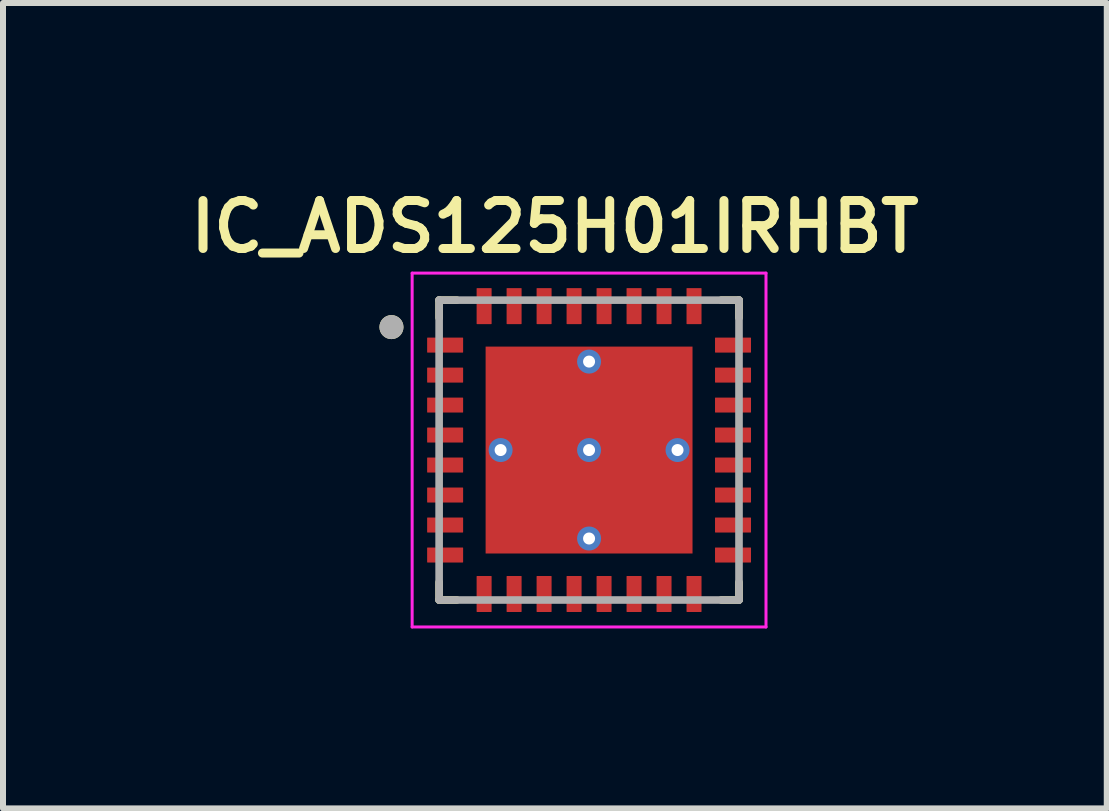
<source format=kicad_pcb>
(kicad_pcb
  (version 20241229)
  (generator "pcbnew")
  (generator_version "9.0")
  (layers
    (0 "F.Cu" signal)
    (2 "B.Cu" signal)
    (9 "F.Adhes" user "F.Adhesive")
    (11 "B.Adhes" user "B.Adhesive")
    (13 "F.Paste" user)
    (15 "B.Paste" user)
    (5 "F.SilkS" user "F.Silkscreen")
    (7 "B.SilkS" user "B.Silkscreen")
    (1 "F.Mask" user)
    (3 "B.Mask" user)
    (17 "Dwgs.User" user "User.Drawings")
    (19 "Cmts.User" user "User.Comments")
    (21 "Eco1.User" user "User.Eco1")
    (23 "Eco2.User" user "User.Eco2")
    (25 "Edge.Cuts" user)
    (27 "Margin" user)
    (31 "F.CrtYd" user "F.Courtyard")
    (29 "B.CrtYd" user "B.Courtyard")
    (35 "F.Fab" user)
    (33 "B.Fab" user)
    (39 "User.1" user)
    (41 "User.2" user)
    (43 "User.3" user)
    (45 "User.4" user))
  (footprint "IC_ADS125H01IRHBT"
    (layer "F.Cu")
    (at 6.772 4.454)
    (property "Reference" "IC_ADS125H01IRHBT" (at -0.57 -3.723 0) (layer "F.SilkS") (effects (font (size 0.8 0.8) (thickness 0.15))))
    (attr through_hole)
    (fp_poly (pts (xy -1.795 -1.795) (xy 1.795 -1.795) (xy 1.795 1.795) (xy -1.795 1.795)) (stroke (width 0.01) (type solid)) (fill yes) (layer "F.Mask"))
    (fp_poly (pts (xy -2.72 -1.945) (xy -2.08 -1.945) (xy -2.077 -1.945) (xy -2.075 -1.945) (xy -2.072 -1.944) (xy -2.07 -1.944) (xy -2.067 -1.943) (xy -2.065 -1.943) (xy -2.062 -1.942) (xy -2.06 -1.941) (xy -2.057 -1.94) (xy -2.055 -1.938) (xy -2.053 -1.937) (xy -2.051 -1.935) (xy -2.049 -1.934) (xy -2.047 -1.932) (xy -2.045 -1.93) (xy -2.043 -1.928) (xy -2.041 -1.926) (xy -2.04 -1.924) (xy -2.038 -1.922) (xy -2.037 -1.92) (xy -2.035 -1.918) (xy -2.034 -1.915) (xy -2.033 -1.913) (xy -2.032 -1.91) (xy -2.032 -1.908) (xy -2.031 -1.905) (xy -2.031 -1.903) (xy -2.03 -1.9) (xy -2.03 -1.898) (xy -2.03 -1.895) (xy -2.03 -1.605) (xy -2.03 -1.602) (xy -2.03 -1.6) (xy -2.031 -1.597) (xy -2.031 -1.595) (xy -2.032 -1.592) (xy -2.032 -1.59) (xy -2.033 -1.587) (xy -2.034 -1.585) (xy -2.035 -1.582) (xy -2.037 -1.58) (xy -2.038 -1.578) (xy -2.04 -1.576) (xy -2.041 -1.574) (xy -2.043 -1.572) (xy -2.045 -1.57) (xy -2.047 -1.568) (xy -2.049 -1.566) (xy -2.051 -1.565) (xy -2.053 -1.563) (xy -2.055 -1.562) (xy -2.057 -1.56) (xy -2.06 -1.559) (xy -2.062 -1.558) (xy -2.065 -1.557) (xy -2.067 -1.557) (xy -2.07 -1.556) (xy -2.072 -1.556) (xy -2.075 -1.555) (xy -2.077 -1.555) (xy -2.08 -1.555) (xy -2.72 -1.555) (xy -2.723 -1.555) (xy -2.725 -1.555) (xy -2.728 -1.556) (xy -2.73 -1.556) (xy -2.733 -1.557) (xy -2.735 -1.557) (xy -2.738 -1.558) (xy -2.74 -1.559) (xy -2.743 -1.56) (xy -2.745 -1.562) (xy -2.747 -1.563) (xy -2.749 -1.565) (xy -2.751 -1.566) (xy -2.753 -1.568) (xy -2.755 -1.57) (xy -2.757 -1.572) (xy -2.759 -1.574) (xy -2.76 -1.576) (xy -2.762 -1.578) (xy -2.763 -1.58) (xy -2.765 -1.582) (xy -2.766 -1.585) (xy -2.767 -1.587) (xy -2.768 -1.59) (xy -2.768 -1.592) (xy -2.769 -1.595) (xy -2.769 -1.597) (xy -2.77 -1.6) (xy -2.77 -1.602) (xy -2.77 -1.605) (xy -2.77 -1.895) (xy -2.77 -1.898) (xy -2.77 -1.9) (xy -2.769 -1.903) (xy -2.769 -1.905) (xy -2.768 -1.908) (xy -2.768 -1.91) (xy -2.767 -1.913) (xy -2.766 -1.915) (xy -2.765 -1.918) (xy -2.763 -1.92) (xy -2.762 -1.922) (xy -2.76 -1.924) (xy -2.759 -1.926) (xy -2.757 -1.928) (xy -2.755 -1.93) (xy -2.753 -1.932) (xy -2.751 -1.934) (xy -2.749 -1.935) (xy -2.747 -1.937) (xy -2.745 -1.938) (xy -2.743 -1.94) (xy -2.74 -1.941) (xy -2.738 -1.942) (xy -2.735 -1.943) (xy -2.733 -1.943) (xy -2.73 -1.944) (xy -2.728 -1.944) (xy -2.725 -1.945) (xy -2.723 -1.945) (xy -2.72 -1.945)) (stroke (width 0.01) (type solid)) (fill yes) (layer "F.Mask"))
    (fp_poly (pts (xy -2.72 -1.445) (xy -2.08 -1.445) (xy -2.077 -1.445) (xy -2.075 -1.445) (xy -2.072 -1.444) (xy -2.07 -1.444) (xy -2.067 -1.443) (xy -2.065 -1.443) (xy -2.062 -1.442) (xy -2.06 -1.441) (xy -2.057 -1.44) (xy -2.055 -1.438) (xy -2.053 -1.437) (xy -2.051 -1.435) (xy -2.049 -1.434) (xy -2.047 -1.432) (xy -2.045 -1.43) (xy -2.043 -1.428) (xy -2.041 -1.426) (xy -2.04 -1.424) (xy -2.038 -1.422) (xy -2.037 -1.42) (xy -2.035 -1.418) (xy -2.034 -1.415) (xy -2.033 -1.413) (xy -2.032 -1.41) (xy -2.032 -1.408) (xy -2.031 -1.405) (xy -2.031 -1.403) (xy -2.03 -1.4) (xy -2.03 -1.398) (xy -2.03 -1.395) (xy -2.03 -1.105) (xy -2.03 -1.102) (xy -2.03 -1.1) (xy -2.031 -1.097) (xy -2.031 -1.095) (xy -2.032 -1.092) (xy -2.032 -1.09) (xy -2.033 -1.087) (xy -2.034 -1.085) (xy -2.035 -1.082) (xy -2.037 -1.08) (xy -2.038 -1.078) (xy -2.04 -1.076) (xy -2.041 -1.074) (xy -2.043 -1.072) (xy -2.045 -1.07) (xy -2.047 -1.068) (xy -2.049 -1.066) (xy -2.051 -1.065) (xy -2.053 -1.063) (xy -2.055 -1.062) (xy -2.057 -1.06) (xy -2.06 -1.059) (xy -2.062 -1.058) (xy -2.065 -1.057) (xy -2.067 -1.057) (xy -2.07 -1.056) (xy -2.072 -1.056) (xy -2.075 -1.055) (xy -2.077 -1.055) (xy -2.08 -1.055) (xy -2.72 -1.055) (xy -2.723 -1.055) (xy -2.725 -1.055) (xy -2.728 -1.056) (xy -2.73 -1.056) (xy -2.733 -1.057) (xy -2.735 -1.057) (xy -2.738 -1.058) (xy -2.74 -1.059) (xy -2.743 -1.06) (xy -2.745 -1.062) (xy -2.747 -1.063) (xy -2.749 -1.065) (xy -2.751 -1.066) (xy -2.753 -1.068) (xy -2.755 -1.07) (xy -2.757 -1.072) (xy -2.759 -1.074) (xy -2.76 -1.076) (xy -2.762 -1.078) (xy -2.763 -1.08) (xy -2.765 -1.082) (xy -2.766 -1.085) (xy -2.767 -1.087) (xy -2.768 -1.09) (xy -2.768 -1.092) (xy -2.769 -1.095) (xy -2.769 -1.097) (xy -2.77 -1.1) (xy -2.77 -1.102) (xy -2.77 -1.105) (xy -2.77 -1.395) (xy -2.77 -1.398) (xy -2.77 -1.4) (xy -2.769 -1.403) (xy -2.769 -1.405) (xy -2.768 -1.408) (xy -2.768 -1.41) (xy -2.767 -1.413) (xy -2.766 -1.415) (xy -2.765 -1.418) (xy -2.763 -1.42) (xy -2.762 -1.422) (xy -2.76 -1.424) (xy -2.759 -1.426) (xy -2.757 -1.428) (xy -2.755 -1.43) (xy -2.753 -1.432) (xy -2.751 -1.434) (xy -2.749 -1.435) (xy -2.747 -1.437) (xy -2.745 -1.438) (xy -2.743 -1.44) (xy -2.74 -1.441) (xy -2.738 -1.442) (xy -2.735 -1.443) (xy -2.733 -1.443) (xy -2.73 -1.444) (xy -2.728 -1.444) (xy -2.725 -1.445) (xy -2.723 -1.445) (xy -2.72 -1.445)) (stroke (width 0.01) (type solid)) (fill yes) (layer "F.Mask"))
    (fp_poly (pts (xy -2.72 -0.945) (xy -2.08 -0.945) (xy -2.077 -0.945) (xy -2.075 -0.945) (xy -2.072 -0.944) (xy -2.07 -0.944) (xy -2.067 -0.943) (xy -2.065 -0.943) (xy -2.062 -0.942) (xy -2.06 -0.941) (xy -2.057 -0.94) (xy -2.055 -0.938) (xy -2.053 -0.937) (xy -2.051 -0.935) (xy -2.049 -0.934) (xy -2.047 -0.932) (xy -2.045 -0.93) (xy -2.043 -0.928) (xy -2.041 -0.926) (xy -2.04 -0.924) (xy -2.038 -0.922) (xy -2.037 -0.92) (xy -2.035 -0.918) (xy -2.034 -0.915) (xy -2.033 -0.913) (xy -2.032 -0.91) (xy -2.032 -0.908) (xy -2.031 -0.905) (xy -2.031 -0.903) (xy -2.03 -0.9) (xy -2.03 -0.898) (xy -2.03 -0.895) (xy -2.03 -0.605) (xy -2.03 -0.602) (xy -2.03 -0.6) (xy -2.031 -0.597) (xy -2.031 -0.595) (xy -2.032 -0.592) (xy -2.032 -0.59) (xy -2.033 -0.587) (xy -2.034 -0.585) (xy -2.035 -0.582) (xy -2.037 -0.58) (xy -2.038 -0.578) (xy -2.04 -0.576) (xy -2.041 -0.574) (xy -2.043 -0.572) (xy -2.045 -0.57) (xy -2.047 -0.568) (xy -2.049 -0.566) (xy -2.051 -0.565) (xy -2.053 -0.563) (xy -2.055 -0.562) (xy -2.057 -0.56) (xy -2.06 -0.559) (xy -2.062 -0.558) (xy -2.065 -0.557) (xy -2.067 -0.557) (xy -2.07 -0.556) (xy -2.072 -0.556) (xy -2.075 -0.555) (xy -2.077 -0.555) (xy -2.08 -0.555) (xy -2.72 -0.555) (xy -2.723 -0.555) (xy -2.725 -0.555) (xy -2.728 -0.556) (xy -2.73 -0.556) (xy -2.733 -0.557) (xy -2.735 -0.557) (xy -2.738 -0.558) (xy -2.74 -0.559) (xy -2.743 -0.56) (xy -2.745 -0.562) (xy -2.747 -0.563) (xy -2.749 -0.565) (xy -2.751 -0.566) (xy -2.753 -0.568) (xy -2.755 -0.57) (xy -2.757 -0.572) (xy -2.759 -0.574) (xy -2.76 -0.576) (xy -2.762 -0.578) (xy -2.763 -0.58) (xy -2.765 -0.582) (xy -2.766 -0.585) (xy -2.767 -0.587) (xy -2.768 -0.59) (xy -2.768 -0.592) (xy -2.769 -0.595) (xy -2.769 -0.597) (xy -2.77 -0.6) (xy -2.77 -0.602) (xy -2.77 -0.605) (xy -2.77 -0.895) (xy -2.77 -0.898) (xy -2.77 -0.9) (xy -2.769 -0.903) (xy -2.769 -0.905) (xy -2.768 -0.908) (xy -2.768 -0.91) (xy -2.767 -0.913) (xy -2.766 -0.915) (xy -2.765 -0.918) (xy -2.763 -0.92) (xy -2.762 -0.922) (xy -2.76 -0.924) (xy -2.759 -0.926) (xy -2.757 -0.928) (xy -2.755 -0.93) (xy -2.753 -0.932) (xy -2.751 -0.934) (xy -2.749 -0.935) (xy -2.747 -0.937) (xy -2.745 -0.938) (xy -2.743 -0.94) (xy -2.74 -0.941) (xy -2.738 -0.942) (xy -2.735 -0.943) (xy -2.733 -0.943) (xy -2.73 -0.944) (xy -2.728 -0.944) (xy -2.725 -0.945) (xy -2.723 -0.945) (xy -2.72 -0.945)) (stroke (width 0.01) (type solid)) (fill yes) (layer "F.Mask"))
    (fp_poly (pts (xy -2.72 -0.445) (xy -2.08 -0.445) (xy -2.077 -0.445) (xy -2.075 -0.445) (xy -2.072 -0.444) (xy -2.07 -0.444) (xy -2.067 -0.443) (xy -2.065 -0.443) (xy -2.062 -0.442) (xy -2.06 -0.441) (xy -2.057 -0.44) (xy -2.055 -0.438) (xy -2.053 -0.437) (xy -2.051 -0.435) (xy -2.049 -0.434) (xy -2.047 -0.432) (xy -2.045 -0.43) (xy -2.043 -0.428) (xy -2.041 -0.426) (xy -2.04 -0.424) (xy -2.038 -0.422) (xy -2.037 -0.42) (xy -2.035 -0.418) (xy -2.034 -0.415) (xy -2.033 -0.413) (xy -2.032 -0.41) (xy -2.032 -0.408) (xy -2.031 -0.405) (xy -2.031 -0.403) (xy -2.03 -0.4) (xy -2.03 -0.398) (xy -2.03 -0.395) (xy -2.03 -0.105) (xy -2.03 -0.102) (xy -2.03 -0.1) (xy -2.031 -0.097) (xy -2.031 -0.095) (xy -2.032 -0.092) (xy -2.032 -0.09) (xy -2.033 -0.087) (xy -2.034 -0.085) (xy -2.035 -0.082) (xy -2.037 -0.08) (xy -2.038 -0.078) (xy -2.04 -0.076) (xy -2.041 -0.074) (xy -2.043 -0.072) (xy -2.045 -0.07) (xy -2.047 -0.068) (xy -2.049 -0.066) (xy -2.051 -0.065) (xy -2.053 -0.063) (xy -2.055 -0.062) (xy -2.057 -0.06) (xy -2.06 -0.059) (xy -2.062 -0.058) (xy -2.065 -0.057) (xy -2.067 -0.057) (xy -2.07 -0.056) (xy -2.072 -0.056) (xy -2.075 -0.055) (xy -2.077 -0.055) (xy -2.08 -0.055) (xy -2.72 -0.055) (xy -2.723 -0.055) (xy -2.725 -0.055) (xy -2.728 -0.056) (xy -2.73 -0.056) (xy -2.733 -0.057) (xy -2.735 -0.057) (xy -2.738 -0.058) (xy -2.74 -0.059) (xy -2.743 -0.06) (xy -2.745 -0.062) (xy -2.747 -0.063) (xy -2.749 -0.065) (xy -2.751 -0.066) (xy -2.753 -0.068) (xy -2.755 -0.07) (xy -2.757 -0.072) (xy -2.759 -0.074) (xy -2.76 -0.076) (xy -2.762 -0.078) (xy -2.763 -0.08) (xy -2.765 -0.082) (xy -2.766 -0.085) (xy -2.767 -0.087) (xy -2.768 -0.09) (xy -2.768 -0.092) (xy -2.769 -0.095) (xy -2.769 -0.097) (xy -2.77 -0.1) (xy -2.77 -0.102) (xy -2.77 -0.105) (xy -2.77 -0.395) (xy -2.77 -0.398) (xy -2.77 -0.4) (xy -2.769 -0.403) (xy -2.769 -0.405) (xy -2.768 -0.408) (xy -2.768 -0.41) (xy -2.767 -0.413) (xy -2.766 -0.415) (xy -2.765 -0.418) (xy -2.763 -0.42) (xy -2.762 -0.422) (xy -2.76 -0.424) (xy -2.759 -0.426) (xy -2.757 -0.428) (xy -2.755 -0.43) (xy -2.753 -0.432) (xy -2.751 -0.434) (xy -2.749 -0.435) (xy -2.747 -0.437) (xy -2.745 -0.438) (xy -2.743 -0.44) (xy -2.74 -0.441) (xy -2.738 -0.442) (xy -2.735 -0.443) (xy -2.733 -0.443) (xy -2.73 -0.444) (xy -2.728 -0.444) (xy -2.725 -0.445) (xy -2.723 -0.445) (xy -2.72 -0.445)) (stroke (width 0.01) (type solid)) (fill yes) (layer "F.Mask"))
    (fp_poly (pts (xy -2.72 0.055) (xy -2.08 0.055) (xy -2.077 0.055) (xy -2.075 0.055) (xy -2.072 0.056) (xy -2.07 0.056) (xy -2.067 0.057) (xy -2.065 0.057) (xy -2.062 0.058) (xy -2.06 0.059) (xy -2.057 0.06) (xy -2.055 0.062) (xy -2.053 0.063) (xy -2.051 0.065) (xy -2.049 0.066) (xy -2.047 0.068) (xy -2.045 0.07) (xy -2.043 0.072) (xy -2.041 0.074) (xy -2.04 0.076) (xy -2.038 0.078) (xy -2.037 0.08) (xy -2.035 0.082) (xy -2.034 0.085) (xy -2.033 0.087) (xy -2.032 0.09) (xy -2.032 0.092) (xy -2.031 0.095) (xy -2.031 0.097) (xy -2.03 0.1) (xy -2.03 0.102) (xy -2.03 0.105) (xy -2.03 0.395) (xy -2.03 0.398) (xy -2.03 0.4) (xy -2.031 0.403) (xy -2.031 0.405) (xy -2.032 0.408) (xy -2.032 0.41) (xy -2.033 0.413) (xy -2.034 0.415) (xy -2.035 0.418) (xy -2.037 0.42) (xy -2.038 0.422) (xy -2.04 0.424) (xy -2.041 0.426) (xy -2.043 0.428) (xy -2.045 0.43) (xy -2.047 0.432) (xy -2.049 0.434) (xy -2.051 0.435) (xy -2.053 0.437) (xy -2.055 0.438) (xy -2.057 0.44) (xy -2.06 0.441) (xy -2.062 0.442) (xy -2.065 0.443) (xy -2.067 0.443) (xy -2.07 0.444) (xy -2.072 0.444) (xy -2.075 0.445) (xy -2.077 0.445) (xy -2.08 0.445) (xy -2.72 0.445) (xy -2.723 0.445) (xy -2.725 0.445) (xy -2.728 0.444) (xy -2.73 0.444) (xy -2.733 0.443) (xy -2.735 0.443) (xy -2.738 0.442) (xy -2.74 0.441) (xy -2.743 0.44) (xy -2.745 0.438) (xy -2.747 0.437) (xy -2.749 0.435) (xy -2.751 0.434) (xy -2.753 0.432) (xy -2.755 0.43) (xy -2.757 0.428) (xy -2.759 0.426) (xy -2.76 0.424) (xy -2.762 0.422) (xy -2.763 0.42) (xy -2.765 0.418) (xy -2.766 0.415) (xy -2.767 0.413) (xy -2.768 0.41) (xy -2.768 0.408) (xy -2.769 0.405) (xy -2.769 0.403) (xy -2.77 0.4) (xy -2.77 0.398) (xy -2.77 0.395) (xy -2.77 0.105) (xy -2.77 0.102) (xy -2.77 0.1) (xy -2.769 0.097) (xy -2.769 0.095) (xy -2.768 0.092) (xy -2.768 0.09) (xy -2.767 0.087) (xy -2.766 0.085) (xy -2.765 0.082) (xy -2.763 0.08) (xy -2.762 0.078) (xy -2.76 0.076) (xy -2.759 0.074) (xy -2.757 0.072) (xy -2.755 0.07) (xy -2.753 0.068) (xy -2.751 0.066) (xy -2.749 0.065) (xy -2.747 0.063) (xy -2.745 0.062) (xy -2.743 0.06) (xy -2.74 0.059) (xy -2.738 0.058) (xy -2.735 0.057) (xy -2.733 0.057) (xy -2.73 0.056) (xy -2.728 0.056) (xy -2.725 0.055) (xy -2.723 0.055) (xy -2.72 0.055)) (stroke (width 0.01) (type solid)) (fill yes) (layer "F.Mask"))
    (fp_poly (pts (xy -2.72 0.555) (xy -2.08 0.555) (xy -2.077 0.555) (xy -2.075 0.555) (xy -2.072 0.556) (xy -2.07 0.556) (xy -2.067 0.557) (xy -2.065 0.557) (xy -2.062 0.558) (xy -2.06 0.559) (xy -2.057 0.56) (xy -2.055 0.562) (xy -2.053 0.563) (xy -2.051 0.565) (xy -2.049 0.566) (xy -2.047 0.568) (xy -2.045 0.57) (xy -2.043 0.572) (xy -2.041 0.574) (xy -2.04 0.576) (xy -2.038 0.578) (xy -2.037 0.58) (xy -2.035 0.582) (xy -2.034 0.585) (xy -2.033 0.587) (xy -2.032 0.59) (xy -2.032 0.592) (xy -2.031 0.595) (xy -2.031 0.597) (xy -2.03 0.6) (xy -2.03 0.602) (xy -2.03 0.605) (xy -2.03 0.895) (xy -2.03 0.898) (xy -2.03 0.9) (xy -2.031 0.903) (xy -2.031 0.905) (xy -2.032 0.908) (xy -2.032 0.91) (xy -2.033 0.913) (xy -2.034 0.915) (xy -2.035 0.918) (xy -2.037 0.92) (xy -2.038 0.922) (xy -2.04 0.924) (xy -2.041 0.926) (xy -2.043 0.928) (xy -2.045 0.93) (xy -2.047 0.932) (xy -2.049 0.934) (xy -2.051 0.935) (xy -2.053 0.937) (xy -2.055 0.938) (xy -2.057 0.94) (xy -2.06 0.941) (xy -2.062 0.942) (xy -2.065 0.943) (xy -2.067 0.943) (xy -2.07 0.944) (xy -2.072 0.944) (xy -2.075 0.945) (xy -2.077 0.945) (xy -2.08 0.945) (xy -2.72 0.945) (xy -2.723 0.945) (xy -2.725 0.945) (xy -2.728 0.944) (xy -2.73 0.944) (xy -2.733 0.943) (xy -2.735 0.943) (xy -2.738 0.942) (xy -2.74 0.941) (xy -2.743 0.94) (xy -2.745 0.938) (xy -2.747 0.937) (xy -2.749 0.935) (xy -2.751 0.934) (xy -2.753 0.932) (xy -2.755 0.93) (xy -2.757 0.928) (xy -2.759 0.926) (xy -2.76 0.924) (xy -2.762 0.922) (xy -2.763 0.92) (xy -2.765 0.918) (xy -2.766 0.915) (xy -2.767 0.913) (xy -2.768 0.91) (xy -2.768 0.908) (xy -2.769 0.905) (xy -2.769 0.903) (xy -2.77 0.9) (xy -2.77 0.898) (xy -2.77 0.895) (xy -2.77 0.605) (xy -2.77 0.602) (xy -2.77 0.6) (xy -2.769 0.597) (xy -2.769 0.595) (xy -2.768 0.592) (xy -2.768 0.59) (xy -2.767 0.587) (xy -2.766 0.585) (xy -2.765 0.582) (xy -2.763 0.58) (xy -2.762 0.578) (xy -2.76 0.576) (xy -2.759 0.574) (xy -2.757 0.572) (xy -2.755 0.57) (xy -2.753 0.568) (xy -2.751 0.566) (xy -2.749 0.565) (xy -2.747 0.563) (xy -2.745 0.562) (xy -2.743 0.56) (xy -2.74 0.559) (xy -2.738 0.558) (xy -2.735 0.557) (xy -2.733 0.557) (xy -2.73 0.556) (xy -2.728 0.556) (xy -2.725 0.555) (xy -2.723 0.555) (xy -2.72 0.555)) (stroke (width 0.01) (type solid)) (fill yes) (layer "F.Mask"))
    (fp_poly (pts (xy -2.72 1.055) (xy -2.08 1.055) (xy -2.077 1.055) (xy -2.075 1.055) (xy -2.072 1.056) (xy -2.07 1.056) (xy -2.067 1.057) (xy -2.065 1.057) (xy -2.062 1.058) (xy -2.06 1.059) (xy -2.057 1.06) (xy -2.055 1.062) (xy -2.053 1.063) (xy -2.051 1.065) (xy -2.049 1.066) (xy -2.047 1.068) (xy -2.045 1.07) (xy -2.043 1.072) (xy -2.041 1.074) (xy -2.04 1.076) (xy -2.038 1.078) (xy -2.037 1.08) (xy -2.035 1.082) (xy -2.034 1.085) (xy -2.033 1.087) (xy -2.032 1.09) (xy -2.032 1.092) (xy -2.031 1.095) (xy -2.031 1.097) (xy -2.03 1.1) (xy -2.03 1.102) (xy -2.03 1.105) (xy -2.03 1.395) (xy -2.03 1.398) (xy -2.03 1.4) (xy -2.031 1.403) (xy -2.031 1.405) (xy -2.032 1.408) (xy -2.032 1.41) (xy -2.033 1.413) (xy -2.034 1.415) (xy -2.035 1.418) (xy -2.037 1.42) (xy -2.038 1.422) (xy -2.04 1.424) (xy -2.041 1.426) (xy -2.043 1.428) (xy -2.045 1.43) (xy -2.047 1.432) (xy -2.049 1.434) (xy -2.051 1.435) (xy -2.053 1.437) (xy -2.055 1.438) (xy -2.057 1.44) (xy -2.06 1.441) (xy -2.062 1.442) (xy -2.065 1.443) (xy -2.067 1.443) (xy -2.07 1.444) (xy -2.072 1.444) (xy -2.075 1.445) (xy -2.077 1.445) (xy -2.08 1.445) (xy -2.72 1.445) (xy -2.723 1.445) (xy -2.725 1.445) (xy -2.728 1.444) (xy -2.73 1.444) (xy -2.733 1.443) (xy -2.735 1.443) (xy -2.738 1.442) (xy -2.74 1.441) (xy -2.743 1.44) (xy -2.745 1.438) (xy -2.747 1.437) (xy -2.749 1.435) (xy -2.751 1.434) (xy -2.753 1.432) (xy -2.755 1.43) (xy -2.757 1.428) (xy -2.759 1.426) (xy -2.76 1.424) (xy -2.762 1.422) (xy -2.763 1.42) (xy -2.765 1.418) (xy -2.766 1.415) (xy -2.767 1.413) (xy -2.768 1.41) (xy -2.768 1.408) (xy -2.769 1.405) (xy -2.769 1.403) (xy -2.77 1.4) (xy -2.77 1.398) (xy -2.77 1.395) (xy -2.77 1.105) (xy -2.77 1.102) (xy -2.77 1.1) (xy -2.769 1.097) (xy -2.769 1.095) (xy -2.768 1.092) (xy -2.768 1.09) (xy -2.767 1.087) (xy -2.766 1.085) (xy -2.765 1.082) (xy -2.763 1.08) (xy -2.762 1.078) (xy -2.76 1.076) (xy -2.759 1.074) (xy -2.757 1.072) (xy -2.755 1.07) (xy -2.753 1.068) (xy -2.751 1.066) (xy -2.749 1.065) (xy -2.747 1.063) (xy -2.745 1.062) (xy -2.743 1.06) (xy -2.74 1.059) (xy -2.738 1.058) (xy -2.735 1.057) (xy -2.733 1.057) (xy -2.73 1.056) (xy -2.728 1.056) (xy -2.725 1.055) (xy -2.723 1.055) (xy -2.72 1.055)) (stroke (width 0.01) (type solid)) (fill yes) (layer "F.Mask"))
    (fp_poly (pts (xy -2.72 1.555) (xy -2.08 1.555) (xy -2.077 1.555) (xy -2.075 1.555) (xy -2.072 1.556) (xy -2.07 1.556) (xy -2.067 1.557) (xy -2.065 1.557) (xy -2.062 1.558) (xy -2.06 1.559) (xy -2.057 1.56) (xy -2.055 1.562) (xy -2.053 1.563) (xy -2.051 1.565) (xy -2.049 1.566) (xy -2.047 1.568) (xy -2.045 1.57) (xy -2.043 1.572) (xy -2.041 1.574) (xy -2.04 1.576) (xy -2.038 1.578) (xy -2.037 1.58) (xy -2.035 1.582) (xy -2.034 1.585) (xy -2.033 1.587) (xy -2.032 1.59) (xy -2.032 1.592) (xy -2.031 1.595) (xy -2.031 1.597) (xy -2.03 1.6) (xy -2.03 1.602) (xy -2.03 1.605) (xy -2.03 1.895) (xy -2.03 1.898) (xy -2.03 1.9) (xy -2.031 1.903) (xy -2.031 1.905) (xy -2.032 1.908) (xy -2.032 1.91) (xy -2.033 1.913) (xy -2.034 1.915) (xy -2.035 1.918) (xy -2.037 1.92) (xy -2.038 1.922) (xy -2.04 1.924) (xy -2.041 1.926) (xy -2.043 1.928) (xy -2.045 1.93) (xy -2.047 1.932) (xy -2.049 1.934) (xy -2.051 1.935) (xy -2.053 1.937) (xy -2.055 1.938) (xy -2.057 1.94) (xy -2.06 1.941) (xy -2.062 1.942) (xy -2.065 1.943) (xy -2.067 1.943) (xy -2.07 1.944) (xy -2.072 1.944) (xy -2.075 1.945) (xy -2.077 1.945) (xy -2.08 1.945) (xy -2.72 1.945) (xy -2.723 1.945) (xy -2.725 1.945) (xy -2.728 1.944) (xy -2.73 1.944) (xy -2.733 1.943) (xy -2.735 1.943) (xy -2.738 1.942) (xy -2.74 1.941) (xy -2.743 1.94) (xy -2.745 1.938) (xy -2.747 1.937) (xy -2.749 1.935) (xy -2.751 1.934) (xy -2.753 1.932) (xy -2.755 1.93) (xy -2.757 1.928) (xy -2.759 1.926) (xy -2.76 1.924) (xy -2.762 1.922) (xy -2.763 1.92) (xy -2.765 1.918) (xy -2.766 1.915) (xy -2.767 1.913) (xy -2.768 1.91) (xy -2.768 1.908) (xy -2.769 1.905) (xy -2.769 1.903) (xy -2.77 1.9) (xy -2.77 1.898) (xy -2.77 1.895) (xy -2.77 1.605) (xy -2.77 1.602) (xy -2.77 1.6) (xy -2.769 1.597) (xy -2.769 1.595) (xy -2.768 1.592) (xy -2.768 1.59) (xy -2.767 1.587) (xy -2.766 1.585) (xy -2.765 1.582) (xy -2.763 1.58) (xy -2.762 1.578) (xy -2.76 1.576) (xy -2.759 1.574) (xy -2.757 1.572) (xy -2.755 1.57) (xy -2.753 1.568) (xy -2.751 1.566) (xy -2.749 1.565) (xy -2.747 1.563) (xy -2.745 1.562) (xy -2.743 1.56) (xy -2.74 1.559) (xy -2.738 1.558) (xy -2.735 1.557) (xy -2.733 1.557) (xy -2.73 1.556) (xy -2.728 1.556) (xy -2.725 1.555) (xy -2.723 1.555) (xy -2.72 1.555)) (stroke (width 0.01) (type solid)) (fill yes) (layer "F.Mask"))
    (fp_poly (pts (xy -1.945 -2.08) (xy -1.945 -2.72) (xy -1.945 -2.723) (xy -1.945 -2.725) (xy -1.944 -2.728) (xy -1.944 -2.73) (xy -1.943 -2.733) (xy -1.943 -2.735) (xy -1.942 -2.738) (xy -1.941 -2.74) (xy -1.94 -2.743) (xy -1.938 -2.745) (xy -1.937 -2.747) (xy -1.935 -2.749) (xy -1.934 -2.751) (xy -1.932 -2.753) (xy -1.93 -2.755) (xy -1.928 -2.757) (xy -1.926 -2.759) (xy -1.924 -2.76) (xy -1.922 -2.762) (xy -1.92 -2.763) (xy -1.918 -2.765) (xy -1.915 -2.766) (xy -1.913 -2.767) (xy -1.91 -2.768) (xy -1.908 -2.768) (xy -1.905 -2.769) (xy -1.903 -2.769) (xy -1.9 -2.77) (xy -1.898 -2.77) (xy -1.895 -2.77) (xy -1.605 -2.77) (xy -1.602 -2.77) (xy -1.6 -2.77) (xy -1.597 -2.769) (xy -1.595 -2.769) (xy -1.592 -2.768) (xy -1.59 -2.768) (xy -1.587 -2.767) (xy -1.585 -2.766) (xy -1.582 -2.765) (xy -1.58 -2.763) (xy -1.578 -2.762) (xy -1.576 -2.76) (xy -1.574 -2.759) (xy -1.572 -2.757) (xy -1.57 -2.755) (xy -1.568 -2.753) (xy -1.566 -2.751) (xy -1.565 -2.749) (xy -1.563 -2.747) (xy -1.562 -2.745) (xy -1.56 -2.743) (xy -1.559 -2.74) (xy -1.558 -2.738) (xy -1.557 -2.735) (xy -1.557 -2.733) (xy -1.556 -2.73) (xy -1.556 -2.728) (xy -1.555 -2.725) (xy -1.555 -2.723) (xy -1.555 -2.72) (xy -1.555 -2.08) (xy -1.555 -2.077) (xy -1.555 -2.075) (xy -1.556 -2.072) (xy -1.556 -2.07) (xy -1.557 -2.067) (xy -1.557 -2.065) (xy -1.558 -2.062) (xy -1.559 -2.06) (xy -1.56 -2.057) (xy -1.562 -2.055) (xy -1.563 -2.053) (xy -1.565 -2.051) (xy -1.566 -2.049) (xy -1.568 -2.047) (xy -1.57 -2.045) (xy -1.572 -2.043) (xy -1.574 -2.041) (xy -1.576 -2.04) (xy -1.578 -2.038) (xy -1.58 -2.037) (xy -1.582 -2.035) (xy -1.585 -2.034) (xy -1.587 -2.033) (xy -1.59 -2.032) (xy -1.592 -2.032) (xy -1.595 -2.031) (xy -1.597 -2.031) (xy -1.6 -2.03) (xy -1.602 -2.03) (xy -1.605 -2.03) (xy -1.895 -2.03) (xy -1.898 -2.03) (xy -1.9 -2.03) (xy -1.903 -2.031) (xy -1.905 -2.031) (xy -1.908 -2.032) (xy -1.91 -2.032) (xy -1.913 -2.033) (xy -1.915 -2.034) (xy -1.918 -2.035) (xy -1.92 -2.037) (xy -1.922 -2.038) (xy -1.924 -2.04) (xy -1.926 -2.041) (xy -1.928 -2.043) (xy -1.93 -2.045) (xy -1.932 -2.047) (xy -1.934 -2.049) (xy -1.935 -2.051) (xy -1.937 -2.053) (xy -1.938 -2.055) (xy -1.94 -2.057) (xy -1.941 -2.06) (xy -1.942 -2.062) (xy -1.943 -2.065) (xy -1.943 -2.067) (xy -1.944 -2.07) (xy -1.944 -2.072) (xy -1.945 -2.075) (xy -1.945 -2.077) (xy -1.945 -2.08)) (stroke (width 0.01) (type solid)) (fill yes) (layer "F.Mask"))
    (fp_poly (pts (xy -1.945 2.72) (xy -1.945 2.08) (xy -1.945 2.077) (xy -1.945 2.075) (xy -1.944 2.072) (xy -1.944 2.07) (xy -1.943 2.067) (xy -1.943 2.065) (xy -1.942 2.062) (xy -1.941 2.06) (xy -1.94 2.057) (xy -1.938 2.055) (xy -1.937 2.053) (xy -1.935 2.051) (xy -1.934 2.049) (xy -1.932 2.047) (xy -1.93 2.045) (xy -1.928 2.043) (xy -1.926 2.041) (xy -1.924 2.04) (xy -1.922 2.038) (xy -1.92 2.037) (xy -1.918 2.035) (xy -1.915 2.034) (xy -1.913 2.033) (xy -1.91 2.032) (xy -1.908 2.032) (xy -1.905 2.031) (xy -1.903 2.031) (xy -1.9 2.03) (xy -1.898 2.03) (xy -1.895 2.03) (xy -1.605 2.03) (xy -1.602 2.03) (xy -1.6 2.03) (xy -1.597 2.031) (xy -1.595 2.031) (xy -1.592 2.032) (xy -1.59 2.032) (xy -1.587 2.033) (xy -1.585 2.034) (xy -1.582 2.035) (xy -1.58 2.037) (xy -1.578 2.038) (xy -1.576 2.04) (xy -1.574 2.041) (xy -1.572 2.043) (xy -1.57 2.045) (xy -1.568 2.047) (xy -1.566 2.049) (xy -1.565 2.051) (xy -1.563 2.053) (xy -1.562 2.055) (xy -1.56 2.057) (xy -1.559 2.06) (xy -1.558 2.062) (xy -1.557 2.065) (xy -1.557 2.067) (xy -1.556 2.07) (xy -1.556 2.072) (xy -1.555 2.075) (xy -1.555 2.077) (xy -1.555 2.08) (xy -1.555 2.72) (xy -1.555 2.723) (xy -1.555 2.725) (xy -1.556 2.728) (xy -1.556 2.73) (xy -1.557 2.733) (xy -1.557 2.735) (xy -1.558 2.738) (xy -1.559 2.74) (xy -1.56 2.743) (xy -1.562 2.745) (xy -1.563 2.747) (xy -1.565 2.749) (xy -1.566 2.751) (xy -1.568 2.753) (xy -1.57 2.755) (xy -1.572 2.757) (xy -1.574 2.759) (xy -1.576 2.76) (xy -1.578 2.762) (xy -1.58 2.763) (xy -1.582 2.765) (xy -1.585 2.766) (xy -1.587 2.767) (xy -1.59 2.768) (xy -1.592 2.768) (xy -1.595 2.769) (xy -1.597 2.769) (xy -1.6 2.77) (xy -1.602 2.77) (xy -1.605 2.77) (xy -1.895 2.77) (xy -1.898 2.77) (xy -1.9 2.77) (xy -1.903 2.769) (xy -1.905 2.769) (xy -1.908 2.768) (xy -1.91 2.768) (xy -1.913 2.767) (xy -1.915 2.766) (xy -1.918 2.765) (xy -1.92 2.763) (xy -1.922 2.762) (xy -1.924 2.76) (xy -1.926 2.759) (xy -1.928 2.757) (xy -1.93 2.755) (xy -1.932 2.753) (xy -1.934 2.751) (xy -1.935 2.749) (xy -1.937 2.747) (xy -1.938 2.745) (xy -1.94 2.743) (xy -1.941 2.74) (xy -1.942 2.738) (xy -1.943 2.735) (xy -1.943 2.733) (xy -1.944 2.73) (xy -1.944 2.728) (xy -1.945 2.725) (xy -1.945 2.723) (xy -1.945 2.72)) (stroke (width 0.01) (type solid)) (fill yes) (layer "F.Mask"))
    (fp_poly (pts (xy -1.445 -2.08) (xy -1.445 -2.72) (xy -1.445 -2.723) (xy -1.445 -2.725) (xy -1.444 -2.728) (xy -1.444 -2.73) (xy -1.443 -2.733) (xy -1.443 -2.735) (xy -1.442 -2.738) (xy -1.441 -2.74) (xy -1.44 -2.743) (xy -1.438 -2.745) (xy -1.437 -2.747) (xy -1.435 -2.749) (xy -1.434 -2.751) (xy -1.432 -2.753) (xy -1.43 -2.755) (xy -1.428 -2.757) (xy -1.426 -2.759) (xy -1.424 -2.76) (xy -1.422 -2.762) (xy -1.42 -2.763) (xy -1.418 -2.765) (xy -1.415 -2.766) (xy -1.413 -2.767) (xy -1.41 -2.768) (xy -1.408 -2.768) (xy -1.405 -2.769) (xy -1.403 -2.769) (xy -1.4 -2.77) (xy -1.398 -2.77) (xy -1.395 -2.77) (xy -1.105 -2.77) (xy -1.102 -2.77) (xy -1.1 -2.77) (xy -1.097 -2.769) (xy -1.095 -2.769) (xy -1.092 -2.768) (xy -1.09 -2.768) (xy -1.087 -2.767) (xy -1.085 -2.766) (xy -1.082 -2.765) (xy -1.08 -2.763) (xy -1.078 -2.762) (xy -1.076 -2.76) (xy -1.074 -2.759) (xy -1.072 -2.757) (xy -1.07 -2.755) (xy -1.068 -2.753) (xy -1.066 -2.751) (xy -1.065 -2.749) (xy -1.063 -2.747) (xy -1.062 -2.745) (xy -1.06 -2.743) (xy -1.059 -2.74) (xy -1.058 -2.738) (xy -1.057 -2.735) (xy -1.057 -2.733) (xy -1.056 -2.73) (xy -1.056 -2.728) (xy -1.055 -2.725) (xy -1.055 -2.723) (xy -1.055 -2.72) (xy -1.055 -2.08) (xy -1.055 -2.077) (xy -1.055 -2.075) (xy -1.056 -2.072) (xy -1.056 -2.07) (xy -1.057 -2.067) (xy -1.057 -2.065) (xy -1.058 -2.062) (xy -1.059 -2.06) (xy -1.06 -2.057) (xy -1.062 -2.055) (xy -1.063 -2.053) (xy -1.065 -2.051) (xy -1.066 -2.049) (xy -1.068 -2.047) (xy -1.07 -2.045) (xy -1.072 -2.043) (xy -1.074 -2.041) (xy -1.076 -2.04) (xy -1.078 -2.038) (xy -1.08 -2.037) (xy -1.082 -2.035) (xy -1.085 -2.034) (xy -1.087 -2.033) (xy -1.09 -2.032) (xy -1.092 -2.032) (xy -1.095 -2.031) (xy -1.097 -2.031) (xy -1.1 -2.03) (xy -1.102 -2.03) (xy -1.105 -2.03) (xy -1.395 -2.03) (xy -1.398 -2.03) (xy -1.4 -2.03) (xy -1.403 -2.031) (xy -1.405 -2.031) (xy -1.408 -2.032) (xy -1.41 -2.032) (xy -1.413 -2.033) (xy -1.415 -2.034) (xy -1.418 -2.035) (xy -1.42 -2.037) (xy -1.422 -2.038) (xy -1.424 -2.04) (xy -1.426 -2.041) (xy -1.428 -2.043) (xy -1.43 -2.045) (xy -1.432 -2.047) (xy -1.434 -2.049) (xy -1.435 -2.051) (xy -1.437 -2.053) (xy -1.438 -2.055) (xy -1.44 -2.057) (xy -1.441 -2.06) (xy -1.442 -2.062) (xy -1.443 -2.065) (xy -1.443 -2.067) (xy -1.444 -2.07) (xy -1.444 -2.072) (xy -1.445 -2.075) (xy -1.445 -2.077) (xy -1.445 -2.08)) (stroke (width 0.01) (type solid)) (fill yes) (layer "F.Mask"))
    (fp_poly (pts (xy -1.445 2.72) (xy -1.445 2.08) (xy -1.445 2.077) (xy -1.445 2.075) (xy -1.444 2.072) (xy -1.444 2.07) (xy -1.443 2.067) (xy -1.443 2.065) (xy -1.442 2.062) (xy -1.441 2.06) (xy -1.44 2.057) (xy -1.438 2.055) (xy -1.437 2.053) (xy -1.435 2.051) (xy -1.434 2.049) (xy -1.432 2.047) (xy -1.43 2.045) (xy -1.428 2.043) (xy -1.426 2.041) (xy -1.424 2.04) (xy -1.422 2.038) (xy -1.42 2.037) (xy -1.418 2.035) (xy -1.415 2.034) (xy -1.413 2.033) (xy -1.41 2.032) (xy -1.408 2.032) (xy -1.405 2.031) (xy -1.403 2.031) (xy -1.4 2.03) (xy -1.398 2.03) (xy -1.395 2.03) (xy -1.105 2.03) (xy -1.102 2.03) (xy -1.1 2.03) (xy -1.097 2.031) (xy -1.095 2.031) (xy -1.092 2.032) (xy -1.09 2.032) (xy -1.087 2.033) (xy -1.085 2.034) (xy -1.082 2.035) (xy -1.08 2.037) (xy -1.078 2.038) (xy -1.076 2.04) (xy -1.074 2.041) (xy -1.072 2.043) (xy -1.07 2.045) (xy -1.068 2.047) (xy -1.066 2.049) (xy -1.065 2.051) (xy -1.063 2.053) (xy -1.062 2.055) (xy -1.06 2.057) (xy -1.059 2.06) (xy -1.058 2.062) (xy -1.057 2.065) (xy -1.057 2.067) (xy -1.056 2.07) (xy -1.056 2.072) (xy -1.055 2.075) (xy -1.055 2.077) (xy -1.055 2.08) (xy -1.055 2.72) (xy -1.055 2.723) (xy -1.055 2.725) (xy -1.056 2.728) (xy -1.056 2.73) (xy -1.057 2.733) (xy -1.057 2.735) (xy -1.058 2.738) (xy -1.059 2.74) (xy -1.06 2.743) (xy -1.062 2.745) (xy -1.063 2.747) (xy -1.065 2.749) (xy -1.066 2.751) (xy -1.068 2.753) (xy -1.07 2.755) (xy -1.072 2.757) (xy -1.074 2.759) (xy -1.076 2.76) (xy -1.078 2.762) (xy -1.08 2.763) (xy -1.082 2.765) (xy -1.085 2.766) (xy -1.087 2.767) (xy -1.09 2.768) (xy -1.092 2.768) (xy -1.095 2.769) (xy -1.097 2.769) (xy -1.1 2.77) (xy -1.102 2.77) (xy -1.105 2.77) (xy -1.395 2.77) (xy -1.398 2.77) (xy -1.4 2.77) (xy -1.403 2.769) (xy -1.405 2.769) (xy -1.408 2.768) (xy -1.41 2.768) (xy -1.413 2.767) (xy -1.415 2.766) (xy -1.418 2.765) (xy -1.42 2.763) (xy -1.422 2.762) (xy -1.424 2.76) (xy -1.426 2.759) (xy -1.428 2.757) (xy -1.43 2.755) (xy -1.432 2.753) (xy -1.434 2.751) (xy -1.435 2.749) (xy -1.437 2.747) (xy -1.438 2.745) (xy -1.44 2.743) (xy -1.441 2.74) (xy -1.442 2.738) (xy -1.443 2.735) (xy -1.443 2.733) (xy -1.444 2.73) (xy -1.444 2.728) (xy -1.445 2.725) (xy -1.445 2.723) (xy -1.445 2.72)) (stroke (width 0.01) (type solid)) (fill yes) (layer "F.Mask"))
    (fp_poly (pts (xy -0.945 -2.08) (xy -0.945 -2.72) (xy -0.945 -2.723) (xy -0.945 -2.725) (xy -0.944 -2.728) (xy -0.944 -2.73) (xy -0.943 -2.733) (xy -0.943 -2.735) (xy -0.942 -2.738) (xy -0.941 -2.74) (xy -0.94 -2.743) (xy -0.938 -2.745) (xy -0.937 -2.747) (xy -0.935 -2.749) (xy -0.934 -2.751) (xy -0.932 -2.753) (xy -0.93 -2.755) (xy -0.928 -2.757) (xy -0.926 -2.759) (xy -0.924 -2.76) (xy -0.922 -2.762) (xy -0.92 -2.763) (xy -0.918 -2.765) (xy -0.915 -2.766) (xy -0.913 -2.767) (xy -0.91 -2.768) (xy -0.908 -2.768) (xy -0.905 -2.769) (xy -0.903 -2.769) (xy -0.9 -2.77) (xy -0.898 -2.77) (xy -0.895 -2.77) (xy -0.605 -2.77) (xy -0.602 -2.77) (xy -0.6 -2.77) (xy -0.597 -2.769) (xy -0.595 -2.769) (xy -0.592 -2.768) (xy -0.59 -2.768) (xy -0.587 -2.767) (xy -0.585 -2.766) (xy -0.582 -2.765) (xy -0.58 -2.763) (xy -0.578 -2.762) (xy -0.576 -2.76) (xy -0.574 -2.759) (xy -0.572 -2.757) (xy -0.57 -2.755) (xy -0.568 -2.753) (xy -0.566 -2.751) (xy -0.565 -2.749) (xy -0.563 -2.747) (xy -0.562 -2.745) (xy -0.56 -2.743) (xy -0.559 -2.74) (xy -0.558 -2.738) (xy -0.557 -2.735) (xy -0.557 -2.733) (xy -0.556 -2.73) (xy -0.556 -2.728) (xy -0.555 -2.725) (xy -0.555 -2.723) (xy -0.555 -2.72) (xy -0.555 -2.08) (xy -0.555 -2.077) (xy -0.555 -2.075) (xy -0.556 -2.072) (xy -0.556 -2.07) (xy -0.557 -2.067) (xy -0.557 -2.065) (xy -0.558 -2.062) (xy -0.559 -2.06) (xy -0.56 -2.057) (xy -0.562 -2.055) (xy -0.563 -2.053) (xy -0.565 -2.051) (xy -0.566 -2.049) (xy -0.568 -2.047) (xy -0.57 -2.045) (xy -0.572 -2.043) (xy -0.574 -2.041) (xy -0.576 -2.04) (xy -0.578 -2.038) (xy -0.58 -2.037) (xy -0.582 -2.035) (xy -0.585 -2.034) (xy -0.587 -2.033) (xy -0.59 -2.032) (xy -0.592 -2.032) (xy -0.595 -2.031) (xy -0.597 -2.031) (xy -0.6 -2.03) (xy -0.602 -2.03) (xy -0.605 -2.03) (xy -0.895 -2.03) (xy -0.898 -2.03) (xy -0.9 -2.03) (xy -0.903 -2.031) (xy -0.905 -2.031) (xy -0.908 -2.032) (xy -0.91 -2.032) (xy -0.913 -2.033) (xy -0.915 -2.034) (xy -0.918 -2.035) (xy -0.92 -2.037) (xy -0.922 -2.038) (xy -0.924 -2.04) (xy -0.926 -2.041) (xy -0.928 -2.043) (xy -0.93 -2.045) (xy -0.932 -2.047) (xy -0.934 -2.049) (xy -0.935 -2.051) (xy -0.937 -2.053) (xy -0.938 -2.055) (xy -0.94 -2.057) (xy -0.941 -2.06) (xy -0.942 -2.062) (xy -0.943 -2.065) (xy -0.943 -2.067) (xy -0.944 -2.07) (xy -0.944 -2.072) (xy -0.945 -2.075) (xy -0.945 -2.077) (xy -0.945 -2.08)) (stroke (width 0.01) (type solid)) (fill yes) (layer "F.Mask"))
    (fp_poly (pts (xy -0.945 2.72) (xy -0.945 2.08) (xy -0.945 2.077) (xy -0.945 2.075) (xy -0.944 2.072) (xy -0.944 2.07) (xy -0.943 2.067) (xy -0.943 2.065) (xy -0.942 2.062) (xy -0.941 2.06) (xy -0.94 2.057) (xy -0.938 2.055) (xy -0.937 2.053) (xy -0.935 2.051) (xy -0.934 2.049) (xy -0.932 2.047) (xy -0.93 2.045) (xy -0.928 2.043) (xy -0.926 2.041) (xy -0.924 2.04) (xy -0.922 2.038) (xy -0.92 2.037) (xy -0.918 2.035) (xy -0.915 2.034) (xy -0.913 2.033) (xy -0.91 2.032) (xy -0.908 2.032) (xy -0.905 2.031) (xy -0.903 2.031) (xy -0.9 2.03) (xy -0.898 2.03) (xy -0.895 2.03) (xy -0.605 2.03) (xy -0.602 2.03) (xy -0.6 2.03) (xy -0.597 2.031) (xy -0.595 2.031) (xy -0.592 2.032) (xy -0.59 2.032) (xy -0.587 2.033) (xy -0.585 2.034) (xy -0.582 2.035) (xy -0.58 2.037) (xy -0.578 2.038) (xy -0.576 2.04) (xy -0.574 2.041) (xy -0.572 2.043) (xy -0.57 2.045) (xy -0.568 2.047) (xy -0.566 2.049) (xy -0.565 2.051) (xy -0.563 2.053) (xy -0.562 2.055) (xy -0.56 2.057) (xy -0.559 2.06) (xy -0.558 2.062) (xy -0.557 2.065) (xy -0.557 2.067) (xy -0.556 2.07) (xy -0.556 2.072) (xy -0.555 2.075) (xy -0.555 2.077) (xy -0.555 2.08) (xy -0.555 2.72) (xy -0.555 2.723) (xy -0.555 2.725) (xy -0.556 2.728) (xy -0.556 2.73) (xy -0.557 2.733) (xy -0.557 2.735) (xy -0.558 2.738) (xy -0.559 2.74) (xy -0.56 2.743) (xy -0.562 2.745) (xy -0.563 2.747) (xy -0.565 2.749) (xy -0.566 2.751) (xy -0.568 2.753) (xy -0.57 2.755) (xy -0.572 2.757) (xy -0.574 2.759) (xy -0.576 2.76) (xy -0.578 2.762) (xy -0.58 2.763) (xy -0.582 2.765) (xy -0.585 2.766) (xy -0.587 2.767) (xy -0.59 2.768) (xy -0.592 2.768) (xy -0.595 2.769) (xy -0.597 2.769) (xy -0.6 2.77) (xy -0.602 2.77) (xy -0.605 2.77) (xy -0.895 2.77) (xy -0.898 2.77) (xy -0.9 2.77) (xy -0.903 2.769) (xy -0.905 2.769) (xy -0.908 2.768) (xy -0.91 2.768) (xy -0.913 2.767) (xy -0.915 2.766) (xy -0.918 2.765) (xy -0.92 2.763) (xy -0.922 2.762) (xy -0.924 2.76) (xy -0.926 2.759) (xy -0.928 2.757) (xy -0.93 2.755) (xy -0.932 2.753) (xy -0.934 2.751) (xy -0.935 2.749) (xy -0.937 2.747) (xy -0.938 2.745) (xy -0.94 2.743) (xy -0.941 2.74) (xy -0.942 2.738) (xy -0.943 2.735) (xy -0.943 2.733) (xy -0.944 2.73) (xy -0.944 2.728) (xy -0.945 2.725) (xy -0.945 2.723) (xy -0.945 2.72)) (stroke (width 0.01) (type solid)) (fill yes) (layer "F.Mask"))
    (fp_poly (pts (xy -0.445 -2.08) (xy -0.445 -2.72) (xy -0.445 -2.723) (xy -0.445 -2.725) (xy -0.444 -2.728) (xy -0.444 -2.73) (xy -0.443 -2.733) (xy -0.443 -2.735) (xy -0.442 -2.738) (xy -0.441 -2.74) (xy -0.44 -2.743) (xy -0.438 -2.745) (xy -0.437 -2.747) (xy -0.435 -2.749) (xy -0.434 -2.751) (xy -0.432 -2.753) (xy -0.43 -2.755) (xy -0.428 -2.757) (xy -0.426 -2.759) (xy -0.424 -2.76) (xy -0.422 -2.762) (xy -0.42 -2.763) (xy -0.418 -2.765) (xy -0.415 -2.766) (xy -0.413 -2.767) (xy -0.41 -2.768) (xy -0.408 -2.768) (xy -0.405 -2.769) (xy -0.403 -2.769) (xy -0.4 -2.77) (xy -0.398 -2.77) (xy -0.395 -2.77) (xy -0.105 -2.77) (xy -0.102 -2.77) (xy -0.1 -2.77) (xy -0.097 -2.769) (xy -0.095 -2.769) (xy -0.092 -2.768) (xy -0.09 -2.768) (xy -0.087 -2.767) (xy -0.085 -2.766) (xy -0.082 -2.765) (xy -0.08 -2.763) (xy -0.078 -2.762) (xy -0.076 -2.76) (xy -0.074 -2.759) (xy -0.072 -2.757) (xy -0.07 -2.755) (xy -0.068 -2.753) (xy -0.066 -2.751) (xy -0.065 -2.749) (xy -0.063 -2.747) (xy -0.062 -2.745) (xy -0.06 -2.743) (xy -0.059 -2.74) (xy -0.058 -2.738) (xy -0.057 -2.735) (xy -0.057 -2.733) (xy -0.056 -2.73) (xy -0.056 -2.728) (xy -0.055 -2.725) (xy -0.055 -2.723) (xy -0.055 -2.72) (xy -0.055 -2.08) (xy -0.055 -2.077) (xy -0.055 -2.075) (xy -0.056 -2.072) (xy -0.056 -2.07) (xy -0.057 -2.067) (xy -0.057 -2.065) (xy -0.058 -2.062) (xy -0.059 -2.06) (xy -0.06 -2.057) (xy -0.062 -2.055) (xy -0.063 -2.053) (xy -0.065 -2.051) (xy -0.066 -2.049) (xy -0.068 -2.047) (xy -0.07 -2.045) (xy -0.072 -2.043) (xy -0.074 -2.041) (xy -0.076 -2.04) (xy -0.078 -2.038) (xy -0.08 -2.037) (xy -0.082 -2.035) (xy -0.085 -2.034) (xy -0.087 -2.033) (xy -0.09 -2.032) (xy -0.092 -2.032) (xy -0.095 -2.031) (xy -0.097 -2.031) (xy -0.1 -2.03) (xy -0.102 -2.03) (xy -0.105 -2.03) (xy -0.395 -2.03) (xy -0.398 -2.03) (xy -0.4 -2.03) (xy -0.403 -2.031) (xy -0.405 -2.031) (xy -0.408 -2.032) (xy -0.41 -2.032) (xy -0.413 -2.033) (xy -0.415 -2.034) (xy -0.418 -2.035) (xy -0.42 -2.037) (xy -0.422 -2.038) (xy -0.424 -2.04) (xy -0.426 -2.041) (xy -0.428 -2.043) (xy -0.43 -2.045) (xy -0.432 -2.047) (xy -0.434 -2.049) (xy -0.435 -2.051) (xy -0.437 -2.053) (xy -0.438 -2.055) (xy -0.44 -2.057) (xy -0.441 -2.06) (xy -0.442 -2.062) (xy -0.443 -2.065) (xy -0.443 -2.067) (xy -0.444 -2.07) (xy -0.444 -2.072) (xy -0.445 -2.075) (xy -0.445 -2.077) (xy -0.445 -2.08)) (stroke (width 0.01) (type solid)) (fill yes) (layer "F.Mask"))
    (fp_poly (pts (xy -0.445 2.72) (xy -0.445 2.08) (xy -0.445 2.077) (xy -0.445 2.075) (xy -0.444 2.072) (xy -0.444 2.07) (xy -0.443 2.067) (xy -0.443 2.065) (xy -0.442 2.062) (xy -0.441 2.06) (xy -0.44 2.057) (xy -0.438 2.055) (xy -0.437 2.053) (xy -0.435 2.051) (xy -0.434 2.049) (xy -0.432 2.047) (xy -0.43 2.045) (xy -0.428 2.043) (xy -0.426 2.041) (xy -0.424 2.04) (xy -0.422 2.038) (xy -0.42 2.037) (xy -0.418 2.035) (xy -0.415 2.034) (xy -0.413 2.033) (xy -0.41 2.032) (xy -0.408 2.032) (xy -0.405 2.031) (xy -0.403 2.031) (xy -0.4 2.03) (xy -0.398 2.03) (xy -0.395 2.03) (xy -0.105 2.03) (xy -0.102 2.03) (xy -0.1 2.03) (xy -0.097 2.031) (xy -0.095 2.031) (xy -0.092 2.032) (xy -0.09 2.032) (xy -0.087 2.033) (xy -0.085 2.034) (xy -0.082 2.035) (xy -0.08 2.037) (xy -0.078 2.038) (xy -0.076 2.04) (xy -0.074 2.041) (xy -0.072 2.043) (xy -0.07 2.045) (xy -0.068 2.047) (xy -0.066 2.049) (xy -0.065 2.051) (xy -0.063 2.053) (xy -0.062 2.055) (xy -0.06 2.057) (xy -0.059 2.06) (xy -0.058 2.062) (xy -0.057 2.065) (xy -0.057 2.067) (xy -0.056 2.07) (xy -0.056 2.072) (xy -0.055 2.075) (xy -0.055 2.077) (xy -0.055 2.08) (xy -0.055 2.72) (xy -0.055 2.723) (xy -0.055 2.725) (xy -0.056 2.728) (xy -0.056 2.73) (xy -0.057 2.733) (xy -0.057 2.735) (xy -0.058 2.738) (xy -0.059 2.74) (xy -0.06 2.743) (xy -0.062 2.745) (xy -0.063 2.747) (xy -0.065 2.749) (xy -0.066 2.751) (xy -0.068 2.753) (xy -0.07 2.755) (xy -0.072 2.757) (xy -0.074 2.759) (xy -0.076 2.76) (xy -0.078 2.762) (xy -0.08 2.763) (xy -0.082 2.765) (xy -0.085 2.766) (xy -0.087 2.767) (xy -0.09 2.768) (xy -0.092 2.768) (xy -0.095 2.769) (xy -0.097 2.769) (xy -0.1 2.77) (xy -0.102 2.77) (xy -0.105 2.77) (xy -0.395 2.77) (xy -0.398 2.77) (xy -0.4 2.77) (xy -0.403 2.769) (xy -0.405 2.769) (xy -0.408 2.768) (xy -0.41 2.768) (xy -0.413 2.767) (xy -0.415 2.766) (xy -0.418 2.765) (xy -0.42 2.763) (xy -0.422 2.762) (xy -0.424 2.76) (xy -0.426 2.759) (xy -0.428 2.757) (xy -0.43 2.755) (xy -0.432 2.753) (xy -0.434 2.751) (xy -0.435 2.749) (xy -0.437 2.747) (xy -0.438 2.745) (xy -0.44 2.743) (xy -0.441 2.74) (xy -0.442 2.738) (xy -0.443 2.735) (xy -0.443 2.733) (xy -0.444 2.73) (xy -0.444 2.728) (xy -0.445 2.725) (xy -0.445 2.723) (xy -0.445 2.72)) (stroke (width 0.01) (type solid)) (fill yes) (layer "F.Mask"))
    (fp_poly (pts (xy 0.055 -2.08) (xy 0.055 -2.72) (xy 0.055 -2.723) (xy 0.055 -2.725) (xy 0.056 -2.728) (xy 0.056 -2.73) (xy 0.057 -2.733) (xy 0.057 -2.735) (xy 0.058 -2.738) (xy 0.059 -2.74) (xy 0.06 -2.743) (xy 0.062 -2.745) (xy 0.063 -2.747) (xy 0.065 -2.749) (xy 0.066 -2.751) (xy 0.068 -2.753) (xy 0.07 -2.755) (xy 0.072 -2.757) (xy 0.074 -2.759) (xy 0.076 -2.76) (xy 0.078 -2.762) (xy 0.08 -2.763) (xy 0.082 -2.765) (xy 0.085 -2.766) (xy 0.087 -2.767) (xy 0.09 -2.768) (xy 0.092 -2.768) (xy 0.095 -2.769) (xy 0.097 -2.769) (xy 0.1 -2.77) (xy 0.102 -2.77) (xy 0.105 -2.77) (xy 0.395 -2.77) (xy 0.398 -2.77) (xy 0.4 -2.77) (xy 0.403 -2.769) (xy 0.405 -2.769) (xy 0.408 -2.768) (xy 0.41 -2.768) (xy 0.413 -2.767) (xy 0.415 -2.766) (xy 0.418 -2.765) (xy 0.42 -2.763) (xy 0.422 -2.762) (xy 0.424 -2.76) (xy 0.426 -2.759) (xy 0.428 -2.757) (xy 0.43 -2.755) (xy 0.432 -2.753) (xy 0.434 -2.751) (xy 0.435 -2.749) (xy 0.437 -2.747) (xy 0.438 -2.745) (xy 0.44 -2.743) (xy 0.441 -2.74) (xy 0.442 -2.738) (xy 0.443 -2.735) (xy 0.443 -2.733) (xy 0.444 -2.73) (xy 0.444 -2.728) (xy 0.445 -2.725) (xy 0.445 -2.723) (xy 0.445 -2.72) (xy 0.445 -2.08) (xy 0.445 -2.077) (xy 0.445 -2.075) (xy 0.444 -2.072) (xy 0.444 -2.07) (xy 0.443 -2.067) (xy 0.443 -2.065) (xy 0.442 -2.062) (xy 0.441 -2.06) (xy 0.44 -2.057) (xy 0.438 -2.055) (xy 0.437 -2.053) (xy 0.435 -2.051) (xy 0.434 -2.049) (xy 0.432 -2.047) (xy 0.43 -2.045) (xy 0.428 -2.043) (xy 0.426 -2.041) (xy 0.424 -2.04) (xy 0.422 -2.038) (xy 0.42 -2.037) (xy 0.418 -2.035) (xy 0.415 -2.034) (xy 0.413 -2.033) (xy 0.41 -2.032) (xy 0.408 -2.032) (xy 0.405 -2.031) (xy 0.403 -2.031) (xy 0.4 -2.03) (xy 0.398 -2.03) (xy 0.395 -2.03) (xy 0.105 -2.03) (xy 0.102 -2.03) (xy 0.1 -2.03) (xy 0.097 -2.031) (xy 0.095 -2.031) (xy 0.092 -2.032) (xy 0.09 -2.032) (xy 0.087 -2.033) (xy 0.085 -2.034) (xy 0.082 -2.035) (xy 0.08 -2.037) (xy 0.078 -2.038) (xy 0.076 -2.04) (xy 0.074 -2.041) (xy 0.072 -2.043) (xy 0.07 -2.045) (xy 0.068 -2.047) (xy 0.066 -2.049) (xy 0.065 -2.051) (xy 0.063 -2.053) (xy 0.062 -2.055) (xy 0.06 -2.057) (xy 0.059 -2.06) (xy 0.058 -2.062) (xy 0.057 -2.065) (xy 0.057 -2.067) (xy 0.056 -2.07) (xy 0.056 -2.072) (xy 0.055 -2.075) (xy 0.055 -2.077) (xy 0.055 -2.08)) (stroke (width 0.01) (type solid)) (fill yes) (layer "F.Mask"))
    (fp_poly (pts (xy 0.055 2.72) (xy 0.055 2.08) (xy 0.055 2.077) (xy 0.055 2.075) (xy 0.056 2.072) (xy 0.056 2.07) (xy 0.057 2.067) (xy 0.057 2.065) (xy 0.058 2.062) (xy 0.059 2.06) (xy 0.06 2.057) (xy 0.062 2.055) (xy 0.063 2.053) (xy 0.065 2.051) (xy 0.066 2.049) (xy 0.068 2.047) (xy 0.07 2.045) (xy 0.072 2.043) (xy 0.074 2.041) (xy 0.076 2.04) (xy 0.078 2.038) (xy 0.08 2.037) (xy 0.082 2.035) (xy 0.085 2.034) (xy 0.087 2.033) (xy 0.09 2.032) (xy 0.092 2.032) (xy 0.095 2.031) (xy 0.097 2.031) (xy 0.1 2.03) (xy 0.102 2.03) (xy 0.105 2.03) (xy 0.395 2.03) (xy 0.398 2.03) (xy 0.4 2.03) (xy 0.403 2.031) (xy 0.405 2.031) (xy 0.408 2.032) (xy 0.41 2.032) (xy 0.413 2.033) (xy 0.415 2.034) (xy 0.418 2.035) (xy 0.42 2.037) (xy 0.422 2.038) (xy 0.424 2.04) (xy 0.426 2.041) (xy 0.428 2.043) (xy 0.43 2.045) (xy 0.432 2.047) (xy 0.434 2.049) (xy 0.435 2.051) (xy 0.437 2.053) (xy 0.438 2.055) (xy 0.44 2.057) (xy 0.441 2.06) (xy 0.442 2.062) (xy 0.443 2.065) (xy 0.443 2.067) (xy 0.444 2.07) (xy 0.444 2.072) (xy 0.445 2.075) (xy 0.445 2.077) (xy 0.445 2.08) (xy 0.445 2.72) (xy 0.445 2.723) (xy 0.445 2.725) (xy 0.444 2.728) (xy 0.444 2.73) (xy 0.443 2.733) (xy 0.443 2.735) (xy 0.442 2.738) (xy 0.441 2.74) (xy 0.44 2.743) (xy 0.438 2.745) (xy 0.437 2.747) (xy 0.435 2.749) (xy 0.434 2.751) (xy 0.432 2.753) (xy 0.43 2.755) (xy 0.428 2.757) (xy 0.426 2.759) (xy 0.424 2.76) (xy 0.422 2.762) (xy 0.42 2.763) (xy 0.418 2.765) (xy 0.415 2.766) (xy 0.413 2.767) (xy 0.41 2.768) (xy 0.408 2.768) (xy 0.405 2.769) (xy 0.403 2.769) (xy 0.4 2.77) (xy 0.398 2.77) (xy 0.395 2.77) (xy 0.105 2.77) (xy 0.102 2.77) (xy 0.1 2.77) (xy 0.097 2.769) (xy 0.095 2.769) (xy 0.092 2.768) (xy 0.09 2.768) (xy 0.087 2.767) (xy 0.085 2.766) (xy 0.082 2.765) (xy 0.08 2.763) (xy 0.078 2.762) (xy 0.076 2.76) (xy 0.074 2.759) (xy 0.072 2.757) (xy 0.07 2.755) (xy 0.068 2.753) (xy 0.066 2.751) (xy 0.065 2.749) (xy 0.063 2.747) (xy 0.062 2.745) (xy 0.06 2.743) (xy 0.059 2.74) (xy 0.058 2.738) (xy 0.057 2.735) (xy 0.057 2.733) (xy 0.056 2.73) (xy 0.056 2.728) (xy 0.055 2.725) (xy 0.055 2.723) (xy 0.055 2.72)) (stroke (width 0.01) (type solid)) (fill yes) (layer "F.Mask"))
    (fp_poly (pts (xy 0.555 -2.08) (xy 0.555 -2.72) (xy 0.555 -2.723) (xy 0.555 -2.725) (xy 0.556 -2.728) (xy 0.556 -2.73) (xy 0.557 -2.733) (xy 0.557 -2.735) (xy 0.558 -2.738) (xy 0.559 -2.74) (xy 0.56 -2.743) (xy 0.562 -2.745) (xy 0.563 -2.747) (xy 0.565 -2.749) (xy 0.566 -2.751) (xy 0.568 -2.753) (xy 0.57 -2.755) (xy 0.572 -2.757) (xy 0.574 -2.759) (xy 0.576 -2.76) (xy 0.578 -2.762) (xy 0.58 -2.763) (xy 0.582 -2.765) (xy 0.585 -2.766) (xy 0.587 -2.767) (xy 0.59 -2.768) (xy 0.592 -2.768) (xy 0.595 -2.769) (xy 0.597 -2.769) (xy 0.6 -2.77) (xy 0.602 -2.77) (xy 0.605 -2.77) (xy 0.895 -2.77) (xy 0.898 -2.77) (xy 0.9 -2.77) (xy 0.903 -2.769) (xy 0.905 -2.769) (xy 0.908 -2.768) (xy 0.91 -2.768) (xy 0.913 -2.767) (xy 0.915 -2.766) (xy 0.918 -2.765) (xy 0.92 -2.763) (xy 0.922 -2.762) (xy 0.924 -2.76) (xy 0.926 -2.759) (xy 0.928 -2.757) (xy 0.93 -2.755) (xy 0.932 -2.753) (xy 0.934 -2.751) (xy 0.935 -2.749) (xy 0.937 -2.747) (xy 0.938 -2.745) (xy 0.94 -2.743) (xy 0.941 -2.74) (xy 0.942 -2.738) (xy 0.943 -2.735) (xy 0.943 -2.733) (xy 0.944 -2.73) (xy 0.944 -2.728) (xy 0.945 -2.725) (xy 0.945 -2.723) (xy 0.945 -2.72) (xy 0.945 -2.08) (xy 0.945 -2.077) (xy 0.945 -2.075) (xy 0.944 -2.072) (xy 0.944 -2.07) (xy 0.943 -2.067) (xy 0.943 -2.065) (xy 0.942 -2.062) (xy 0.941 -2.06) (xy 0.94 -2.057) (xy 0.938 -2.055) (xy 0.937 -2.053) (xy 0.935 -2.051) (xy 0.934 -2.049) (xy 0.932 -2.047) (xy 0.93 -2.045) (xy 0.928 -2.043) (xy 0.926 -2.041) (xy 0.924 -2.04) (xy 0.922 -2.038) (xy 0.92 -2.037) (xy 0.918 -2.035) (xy 0.915 -2.034) (xy 0.913 -2.033) (xy 0.91 -2.032) (xy 0.908 -2.032) (xy 0.905 -2.031) (xy 0.903 -2.031) (xy 0.9 -2.03) (xy 0.898 -2.03) (xy 0.895 -2.03) (xy 0.605 -2.03) (xy 0.602 -2.03) (xy 0.6 -2.03) (xy 0.597 -2.031) (xy 0.595 -2.031) (xy 0.592 -2.032) (xy 0.59 -2.032) (xy 0.587 -2.033) (xy 0.585 -2.034) (xy 0.582 -2.035) (xy 0.58 -2.037) (xy 0.578 -2.038) (xy 0.576 -2.04) (xy 0.574 -2.041) (xy 0.572 -2.043) (xy 0.57 -2.045) (xy 0.568 -2.047) (xy 0.566 -2.049) (xy 0.565 -2.051) (xy 0.563 -2.053) (xy 0.562 -2.055) (xy 0.56 -2.057) (xy 0.559 -2.06) (xy 0.558 -2.062) (xy 0.557 -2.065) (xy 0.557 -2.067) (xy 0.556 -2.07) (xy 0.556 -2.072) (xy 0.555 -2.075) (xy 0.555 -2.077) (xy 0.555 -2.08)) (stroke (width 0.01) (type solid)) (fill yes) (layer "F.Mask"))
    (fp_poly (pts (xy 0.555 2.72) (xy 0.555 2.08) (xy 0.555 2.077) (xy 0.555 2.075) (xy 0.556 2.072) (xy 0.556 2.07) (xy 0.557 2.067) (xy 0.557 2.065) (xy 0.558 2.062) (xy 0.559 2.06) (xy 0.56 2.057) (xy 0.562 2.055) (xy 0.563 2.053) (xy 0.565 2.051) (xy 0.566 2.049) (xy 0.568 2.047) (xy 0.57 2.045) (xy 0.572 2.043) (xy 0.574 2.041) (xy 0.576 2.04) (xy 0.578 2.038) (xy 0.58 2.037) (xy 0.582 2.035) (xy 0.585 2.034) (xy 0.587 2.033) (xy 0.59 2.032) (xy 0.592 2.032) (xy 0.595 2.031) (xy 0.597 2.031) (xy 0.6 2.03) (xy 0.602 2.03) (xy 0.605 2.03) (xy 0.895 2.03) (xy 0.898 2.03) (xy 0.9 2.03) (xy 0.903 2.031) (xy 0.905 2.031) (xy 0.908 2.032) (xy 0.91 2.032) (xy 0.913 2.033) (xy 0.915 2.034) (xy 0.918 2.035) (xy 0.92 2.037) (xy 0.922 2.038) (xy 0.924 2.04) (xy 0.926 2.041) (xy 0.928 2.043) (xy 0.93 2.045) (xy 0.932 2.047) (xy 0.934 2.049) (xy 0.935 2.051) (xy 0.937 2.053) (xy 0.938 2.055) (xy 0.94 2.057) (xy 0.941 2.06) (xy 0.942 2.062) (xy 0.943 2.065) (xy 0.943 2.067) (xy 0.944 2.07) (xy 0.944 2.072) (xy 0.945 2.075) (xy 0.945 2.077) (xy 0.945 2.08) (xy 0.945 2.72) (xy 0.945 2.723) (xy 0.945 2.725) (xy 0.944 2.728) (xy 0.944 2.73) (xy 0.943 2.733) (xy 0.943 2.735) (xy 0.942 2.738) (xy 0.941 2.74) (xy 0.94 2.743) (xy 0.938 2.745) (xy 0.937 2.747) (xy 0.935 2.749) (xy 0.934 2.751) (xy 0.932 2.753) (xy 0.93 2.755) (xy 0.928 2.757) (xy 0.926 2.759) (xy 0.924 2.76) (xy 0.922 2.762) (xy 0.92 2.763) (xy 0.918 2.765) (xy 0.915 2.766) (xy 0.913 2.767) (xy 0.91 2.768) (xy 0.908 2.768) (xy 0.905 2.769) (xy 0.903 2.769) (xy 0.9 2.77) (xy 0.898 2.77) (xy 0.895 2.77) (xy 0.605 2.77) (xy 0.602 2.77) (xy 0.6 2.77) (xy 0.597 2.769) (xy 0.595 2.769) (xy 0.592 2.768) (xy 0.59 2.768) (xy 0.587 2.767) (xy 0.585 2.766) (xy 0.582 2.765) (xy 0.58 2.763) (xy 0.578 2.762) (xy 0.576 2.76) (xy 0.574 2.759) (xy 0.572 2.757) (xy 0.57 2.755) (xy 0.568 2.753) (xy 0.566 2.751) (xy 0.565 2.749) (xy 0.563 2.747) (xy 0.562 2.745) (xy 0.56 2.743) (xy 0.559 2.74) (xy 0.558 2.738) (xy 0.557 2.735) (xy 0.557 2.733) (xy 0.556 2.73) (xy 0.556 2.728) (xy 0.555 2.725) (xy 0.555 2.723) (xy 0.555 2.72)) (stroke (width 0.01) (type solid)) (fill yes) (layer "F.Mask"))
    (fp_poly (pts (xy 1.055 -2.08) (xy 1.055 -2.72) (xy 1.055 -2.723) (xy 1.055 -2.725) (xy 1.056 -2.728) (xy 1.056 -2.73) (xy 1.057 -2.733) (xy 1.057 -2.735) (xy 1.058 -2.738) (xy 1.059 -2.74) (xy 1.06 -2.743) (xy 1.062 -2.745) (xy 1.063 -2.747) (xy 1.065 -2.749) (xy 1.066 -2.751) (xy 1.068 -2.753) (xy 1.07 -2.755) (xy 1.072 -2.757) (xy 1.074 -2.759) (xy 1.076 -2.76) (xy 1.078 -2.762) (xy 1.08 -2.763) (xy 1.082 -2.765) (xy 1.085 -2.766) (xy 1.087 -2.767) (xy 1.09 -2.768) (xy 1.092 -2.768) (xy 1.095 -2.769) (xy 1.097 -2.769) (xy 1.1 -2.77) (xy 1.102 -2.77) (xy 1.105 -2.77) (xy 1.395 -2.77) (xy 1.398 -2.77) (xy 1.4 -2.77) (xy 1.403 -2.769) (xy 1.405 -2.769) (xy 1.408 -2.768) (xy 1.41 -2.768) (xy 1.413 -2.767) (xy 1.415 -2.766) (xy 1.418 -2.765) (xy 1.42 -2.763) (xy 1.422 -2.762) (xy 1.424 -2.76) (xy 1.426 -2.759) (xy 1.428 -2.757) (xy 1.43 -2.755) (xy 1.432 -2.753) (xy 1.434 -2.751) (xy 1.435 -2.749) (xy 1.437 -2.747) (xy 1.438 -2.745) (xy 1.44 -2.743) (xy 1.441 -2.74) (xy 1.442 -2.738) (xy 1.443 -2.735) (xy 1.443 -2.733) (xy 1.444 -2.73) (xy 1.444 -2.728) (xy 1.445 -2.725) (xy 1.445 -2.723) (xy 1.445 -2.72) (xy 1.445 -2.08) (xy 1.445 -2.077) (xy 1.445 -2.075) (xy 1.444 -2.072) (xy 1.444 -2.07) (xy 1.443 -2.067) (xy 1.443 -2.065) (xy 1.442 -2.062) (xy 1.441 -2.06) (xy 1.44 -2.057) (xy 1.438 -2.055) (xy 1.437 -2.053) (xy 1.435 -2.051) (xy 1.434 -2.049) (xy 1.432 -2.047) (xy 1.43 -2.045) (xy 1.428 -2.043) (xy 1.426 -2.041) (xy 1.424 -2.04) (xy 1.422 -2.038) (xy 1.42 -2.037) (xy 1.418 -2.035) (xy 1.415 -2.034) (xy 1.413 -2.033) (xy 1.41 -2.032) (xy 1.408 -2.032) (xy 1.405 -2.031) (xy 1.403 -2.031) (xy 1.4 -2.03) (xy 1.398 -2.03) (xy 1.395 -2.03) (xy 1.105 -2.03) (xy 1.102 -2.03) (xy 1.1 -2.03) (xy 1.097 -2.031) (xy 1.095 -2.031) (xy 1.092 -2.032) (xy 1.09 -2.032) (xy 1.087 -2.033) (xy 1.085 -2.034) (xy 1.082 -2.035) (xy 1.08 -2.037) (xy 1.078 -2.038) (xy 1.076 -2.04) (xy 1.074 -2.041) (xy 1.072 -2.043) (xy 1.07 -2.045) (xy 1.068 -2.047) (xy 1.066 -2.049) (xy 1.065 -2.051) (xy 1.063 -2.053) (xy 1.062 -2.055) (xy 1.06 -2.057) (xy 1.059 -2.06) (xy 1.058 -2.062) (xy 1.057 -2.065) (xy 1.057 -2.067) (xy 1.056 -2.07) (xy 1.056 -2.072) (xy 1.055 -2.075) (xy 1.055 -2.077) (xy 1.055 -2.08)) (stroke (width 0.01) (type solid)) (fill yes) (layer "F.Mask"))
    (fp_poly (pts (xy 1.055 2.72) (xy 1.055 2.08) (xy 1.055 2.077) (xy 1.055 2.075) (xy 1.056 2.072) (xy 1.056 2.07) (xy 1.057 2.067) (xy 1.057 2.065) (xy 1.058 2.062) (xy 1.059 2.06) (xy 1.06 2.057) (xy 1.062 2.055) (xy 1.063 2.053) (xy 1.065 2.051) (xy 1.066 2.049) (xy 1.068 2.047) (xy 1.07 2.045) (xy 1.072 2.043) (xy 1.074 2.041) (xy 1.076 2.04) (xy 1.078 2.038) (xy 1.08 2.037) (xy 1.082 2.035) (xy 1.085 2.034) (xy 1.087 2.033) (xy 1.09 2.032) (xy 1.092 2.032) (xy 1.095 2.031) (xy 1.097 2.031) (xy 1.1 2.03) (xy 1.102 2.03) (xy 1.105 2.03) (xy 1.395 2.03) (xy 1.398 2.03) (xy 1.4 2.03) (xy 1.403 2.031) (xy 1.405 2.031) (xy 1.408 2.032) (xy 1.41 2.032) (xy 1.413 2.033) (xy 1.415 2.034) (xy 1.418 2.035) (xy 1.42 2.037) (xy 1.422 2.038) (xy 1.424 2.04) (xy 1.426 2.041) (xy 1.428 2.043) (xy 1.43 2.045) (xy 1.432 2.047) (xy 1.434 2.049) (xy 1.435 2.051) (xy 1.437 2.053) (xy 1.438 2.055) (xy 1.44 2.057) (xy 1.441 2.06) (xy 1.442 2.062) (xy 1.443 2.065) (xy 1.443 2.067) (xy 1.444 2.07) (xy 1.444 2.072) (xy 1.445 2.075) (xy 1.445 2.077) (xy 1.445 2.08) (xy 1.445 2.72) (xy 1.445 2.723) (xy 1.445 2.725) (xy 1.444 2.728) (xy 1.444 2.73) (xy 1.443 2.733) (xy 1.443 2.735) (xy 1.442 2.738) (xy 1.441 2.74) (xy 1.44 2.743) (xy 1.438 2.745) (xy 1.437 2.747) (xy 1.435 2.749) (xy 1.434 2.751) (xy 1.432 2.753) (xy 1.43 2.755) (xy 1.428 2.757) (xy 1.426 2.759) (xy 1.424 2.76) (xy 1.422 2.762) (xy 1.42 2.763) (xy 1.418 2.765) (xy 1.415 2.766) (xy 1.413 2.767) (xy 1.41 2.768) (xy 1.408 2.768) (xy 1.405 2.769) (xy 1.403 2.769) (xy 1.4 2.77) (xy 1.398 2.77) (xy 1.395 2.77) (xy 1.105 2.77) (xy 1.102 2.77) (xy 1.1 2.77) (xy 1.097 2.769) (xy 1.095 2.769) (xy 1.092 2.768) (xy 1.09 2.768) (xy 1.087 2.767) (xy 1.085 2.766) (xy 1.082 2.765) (xy 1.08 2.763) (xy 1.078 2.762) (xy 1.076 2.76) (xy 1.074 2.759) (xy 1.072 2.757) (xy 1.07 2.755) (xy 1.068 2.753) (xy 1.066 2.751) (xy 1.065 2.749) (xy 1.063 2.747) (xy 1.062 2.745) (xy 1.06 2.743) (xy 1.059 2.74) (xy 1.058 2.738) (xy 1.057 2.735) (xy 1.057 2.733) (xy 1.056 2.73) (xy 1.056 2.728) (xy 1.055 2.725) (xy 1.055 2.723) (xy 1.055 2.72)) (stroke (width 0.01) (type solid)) (fill yes) (layer "F.Mask"))
    (fp_poly (pts (xy 1.555 -2.08) (xy 1.555 -2.72) (xy 1.555 -2.723) (xy 1.555 -2.725) (xy 1.556 -2.728) (xy 1.556 -2.73) (xy 1.557 -2.733) (xy 1.557 -2.735) (xy 1.558 -2.738) (xy 1.559 -2.74) (xy 1.56 -2.743) (xy 1.562 -2.745) (xy 1.563 -2.747) (xy 1.565 -2.749) (xy 1.566 -2.751) (xy 1.568 -2.753) (xy 1.57 -2.755) (xy 1.572 -2.757) (xy 1.574 -2.759) (xy 1.576 -2.76) (xy 1.578 -2.762) (xy 1.58 -2.763) (xy 1.582 -2.765) (xy 1.585 -2.766) (xy 1.587 -2.767) (xy 1.59 -2.768) (xy 1.592 -2.768) (xy 1.595 -2.769) (xy 1.597 -2.769) (xy 1.6 -2.77) (xy 1.602 -2.77) (xy 1.605 -2.77) (xy 1.895 -2.77) (xy 1.898 -2.77) (xy 1.9 -2.77) (xy 1.903 -2.769) (xy 1.905 -2.769) (xy 1.908 -2.768) (xy 1.91 -2.768) (xy 1.913 -2.767) (xy 1.915 -2.766) (xy 1.918 -2.765) (xy 1.92 -2.763) (xy 1.922 -2.762) (xy 1.924 -2.76) (xy 1.926 -2.759) (xy 1.928 -2.757) (xy 1.93 -2.755) (xy 1.932 -2.753) (xy 1.934 -2.751) (xy 1.935 -2.749) (xy 1.937 -2.747) (xy 1.938 -2.745) (xy 1.94 -2.743) (xy 1.941 -2.74) (xy 1.942 -2.738) (xy 1.943 -2.735) (xy 1.943 -2.733) (xy 1.944 -2.73) (xy 1.944 -2.728) (xy 1.945 -2.725) (xy 1.945 -2.723) (xy 1.945 -2.72) (xy 1.945 -2.08) (xy 1.945 -2.077) (xy 1.945 -2.075) (xy 1.944 -2.072) (xy 1.944 -2.07) (xy 1.943 -2.067) (xy 1.943 -2.065) (xy 1.942 -2.062) (xy 1.941 -2.06) (xy 1.94 -2.057) (xy 1.938 -2.055) (xy 1.937 -2.053) (xy 1.935 -2.051) (xy 1.934 -2.049) (xy 1.932 -2.047) (xy 1.93 -2.045) (xy 1.928 -2.043) (xy 1.926 -2.041) (xy 1.924 -2.04) (xy 1.922 -2.038) (xy 1.92 -2.037) (xy 1.918 -2.035) (xy 1.915 -2.034) (xy 1.913 -2.033) (xy 1.91 -2.032) (xy 1.908 -2.032) (xy 1.905 -2.031) (xy 1.903 -2.031) (xy 1.9 -2.03) (xy 1.898 -2.03) (xy 1.895 -2.03) (xy 1.605 -2.03) (xy 1.602 -2.03) (xy 1.6 -2.03) (xy 1.597 -2.031) (xy 1.595 -2.031) (xy 1.592 -2.032) (xy 1.59 -2.032) (xy 1.587 -2.033) (xy 1.585 -2.034) (xy 1.582 -2.035) (xy 1.58 -2.037) (xy 1.578 -2.038) (xy 1.576 -2.04) (xy 1.574 -2.041) (xy 1.572 -2.043) (xy 1.57 -2.045) (xy 1.568 -2.047) (xy 1.566 -2.049) (xy 1.565 -2.051) (xy 1.563 -2.053) (xy 1.562 -2.055) (xy 1.56 -2.057) (xy 1.559 -2.06) (xy 1.558 -2.062) (xy 1.557 -2.065) (xy 1.557 -2.067) (xy 1.556 -2.07) (xy 1.556 -2.072) (xy 1.555 -2.075) (xy 1.555 -2.077) (xy 1.555 -2.08)) (stroke (width 0.01) (type solid)) (fill yes) (layer "F.Mask"))
    (fp_poly (pts (xy 1.555 2.72) (xy 1.555 2.08) (xy 1.555 2.077) (xy 1.555 2.075) (xy 1.556 2.072) (xy 1.556 2.07) (xy 1.557 2.067) (xy 1.557 2.065) (xy 1.558 2.062) (xy 1.559 2.06) (xy 1.56 2.057) (xy 1.562 2.055) (xy 1.563 2.053) (xy 1.565 2.051) (xy 1.566 2.049) (xy 1.568 2.047) (xy 1.57 2.045) (xy 1.572 2.043) (xy 1.574 2.041) (xy 1.576 2.04) (xy 1.578 2.038) (xy 1.58 2.037) (xy 1.582 2.035) (xy 1.585 2.034) (xy 1.587 2.033) (xy 1.59 2.032) (xy 1.592 2.032) (xy 1.595 2.031) (xy 1.597 2.031) (xy 1.6 2.03) (xy 1.602 2.03) (xy 1.605 2.03) (xy 1.895 2.03) (xy 1.898 2.03) (xy 1.9 2.03) (xy 1.903 2.031) (xy 1.905 2.031) (xy 1.908 2.032) (xy 1.91 2.032) (xy 1.913 2.033) (xy 1.915 2.034) (xy 1.918 2.035) (xy 1.92 2.037) (xy 1.922 2.038) (xy 1.924 2.04) (xy 1.926 2.041) (xy 1.928 2.043) (xy 1.93 2.045) (xy 1.932 2.047) (xy 1.934 2.049) (xy 1.935 2.051) (xy 1.937 2.053) (xy 1.938 2.055) (xy 1.94 2.057) (xy 1.941 2.06) (xy 1.942 2.062) (xy 1.943 2.065) (xy 1.943 2.067) (xy 1.944 2.07) (xy 1.944 2.072) (xy 1.945 2.075) (xy 1.945 2.077) (xy 1.945 2.08) (xy 1.945 2.72) (xy 1.945 2.723) (xy 1.945 2.725) (xy 1.944 2.728) (xy 1.944 2.73) (xy 1.943 2.733) (xy 1.943 2.735) (xy 1.942 2.738) (xy 1.941 2.74) (xy 1.94 2.743) (xy 1.938 2.745) (xy 1.937 2.747) (xy 1.935 2.749) (xy 1.934 2.751) (xy 1.932 2.753) (xy 1.93 2.755) (xy 1.928 2.757) (xy 1.926 2.759) (xy 1.924 2.76) (xy 1.922 2.762) (xy 1.92 2.763) (xy 1.918 2.765) (xy 1.915 2.766) (xy 1.913 2.767) (xy 1.91 2.768) (xy 1.908 2.768) (xy 1.905 2.769) (xy 1.903 2.769) (xy 1.9 2.77) (xy 1.898 2.77) (xy 1.895 2.77) (xy 1.605 2.77) (xy 1.602 2.77) (xy 1.6 2.77) (xy 1.597 2.769) (xy 1.595 2.769) (xy 1.592 2.768) (xy 1.59 2.768) (xy 1.587 2.767) (xy 1.585 2.766) (xy 1.582 2.765) (xy 1.58 2.763) (xy 1.578 2.762) (xy 1.576 2.76) (xy 1.574 2.759) (xy 1.572 2.757) (xy 1.57 2.755) (xy 1.568 2.753) (xy 1.566 2.751) (xy 1.565 2.749) (xy 1.563 2.747) (xy 1.562 2.745) (xy 1.56 2.743) (xy 1.559 2.74) (xy 1.558 2.738) (xy 1.557 2.735) (xy 1.557 2.733) (xy 1.556 2.73) (xy 1.556 2.728) (xy 1.555 2.725) (xy 1.555 2.723) (xy 1.555 2.72)) (stroke (width 0.01) (type solid)) (fill yes) (layer "F.Mask"))
    (fp_poly (pts (xy 2.08 -1.945) (xy 2.72 -1.945) (xy 2.723 -1.945) (xy 2.725 -1.945) (xy 2.728 -1.944) (xy 2.73 -1.944) (xy 2.733 -1.943) (xy 2.735 -1.943) (xy 2.738 -1.942) (xy 2.74 -1.941) (xy 2.743 -1.94) (xy 2.745 -1.938) (xy 2.747 -1.937) (xy 2.749 -1.935) (xy 2.751 -1.934) (xy 2.753 -1.932) (xy 2.755 -1.93) (xy 2.757 -1.928) (xy 2.759 -1.926) (xy 2.76 -1.924) (xy 2.762 -1.922) (xy 2.763 -1.92) (xy 2.765 -1.918) (xy 2.766 -1.915) (xy 2.767 -1.913) (xy 2.768 -1.91) (xy 2.768 -1.908) (xy 2.769 -1.905) (xy 2.769 -1.903) (xy 2.77 -1.9) (xy 2.77 -1.898) (xy 2.77 -1.895) (xy 2.77 -1.605) (xy 2.77 -1.602) (xy 2.77 -1.6) (xy 2.769 -1.597) (xy 2.769 -1.595) (xy 2.768 -1.592) (xy 2.768 -1.59) (xy 2.767 -1.587) (xy 2.766 -1.585) (xy 2.765 -1.582) (xy 2.763 -1.58) (xy 2.762 -1.578) (xy 2.76 -1.576) (xy 2.759 -1.574) (xy 2.757 -1.572) (xy 2.755 -1.57) (xy 2.753 -1.568) (xy 2.751 -1.566) (xy 2.749 -1.565) (xy 2.747 -1.563) (xy 2.745 -1.562) (xy 2.743 -1.56) (xy 2.74 -1.559) (xy 2.738 -1.558) (xy 2.735 -1.557) (xy 2.733 -1.557) (xy 2.73 -1.556) (xy 2.728 -1.556) (xy 2.725 -1.555) (xy 2.723 -1.555) (xy 2.72 -1.555) (xy 2.08 -1.555) (xy 2.077 -1.555) (xy 2.075 -1.555) (xy 2.072 -1.556) (xy 2.07 -1.556) (xy 2.067 -1.557) (xy 2.065 -1.557) (xy 2.062 -1.558) (xy 2.06 -1.559) (xy 2.057 -1.56) (xy 2.055 -1.562) (xy 2.053 -1.563) (xy 2.051 -1.565) (xy 2.049 -1.566) (xy 2.047 -1.568) (xy 2.045 -1.57) (xy 2.043 -1.572) (xy 2.041 -1.574) (xy 2.04 -1.576) (xy 2.038 -1.578) (xy 2.037 -1.58) (xy 2.035 -1.582) (xy 2.034 -1.585) (xy 2.033 -1.587) (xy 2.032 -1.59) (xy 2.032 -1.592) (xy 2.031 -1.595) (xy 2.031 -1.597) (xy 2.03 -1.6) (xy 2.03 -1.602) (xy 2.03 -1.605) (xy 2.03 -1.895) (xy 2.03 -1.898) (xy 2.03 -1.9) (xy 2.031 -1.903) (xy 2.031 -1.905) (xy 2.032 -1.908) (xy 2.032 -1.91) (xy 2.033 -1.913) (xy 2.034 -1.915) (xy 2.035 -1.918) (xy 2.037 -1.92) (xy 2.038 -1.922) (xy 2.04 -1.924) (xy 2.041 -1.926) (xy 2.043 -1.928) (xy 2.045 -1.93) (xy 2.047 -1.932) (xy 2.049 -1.934) (xy 2.051 -1.935) (xy 2.053 -1.937) (xy 2.055 -1.938) (xy 2.057 -1.94) (xy 2.06 -1.941) (xy 2.062 -1.942) (xy 2.065 -1.943) (xy 2.067 -1.943) (xy 2.07 -1.944) (xy 2.072 -1.944) (xy 2.075 -1.945) (xy 2.077 -1.945) (xy 2.08 -1.945)) (stroke (width 0.01) (type solid)) (fill yes) (layer "F.Mask"))
    (fp_poly (pts (xy 2.08 -1.445) (xy 2.72 -1.445) (xy 2.723 -1.445) (xy 2.725 -1.445) (xy 2.728 -1.444) (xy 2.73 -1.444) (xy 2.733 -1.443) (xy 2.735 -1.443) (xy 2.738 -1.442) (xy 2.74 -1.441) (xy 2.743 -1.44) (xy 2.745 -1.438) (xy 2.747 -1.437) (xy 2.749 -1.435) (xy 2.751 -1.434) (xy 2.753 -1.432) (xy 2.755 -1.43) (xy 2.757 -1.428) (xy 2.759 -1.426) (xy 2.76 -1.424) (xy 2.762 -1.422) (xy 2.763 -1.42) (xy 2.765 -1.418) (xy 2.766 -1.415) (xy 2.767 -1.413) (xy 2.768 -1.41) (xy 2.768 -1.408) (xy 2.769 -1.405) (xy 2.769 -1.403) (xy 2.77 -1.4) (xy 2.77 -1.398) (xy 2.77 -1.395) (xy 2.77 -1.105) (xy 2.77 -1.102) (xy 2.77 -1.1) (xy 2.769 -1.097) (xy 2.769 -1.095) (xy 2.768 -1.092) (xy 2.768 -1.09) (xy 2.767 -1.087) (xy 2.766 -1.085) (xy 2.765 -1.082) (xy 2.763 -1.08) (xy 2.762 -1.078) (xy 2.76 -1.076) (xy 2.759 -1.074) (xy 2.757 -1.072) (xy 2.755 -1.07) (xy 2.753 -1.068) (xy 2.751 -1.066) (xy 2.749 -1.065) (xy 2.747 -1.063) (xy 2.745 -1.062) (xy 2.743 -1.06) (xy 2.74 -1.059) (xy 2.738 -1.058) (xy 2.735 -1.057) (xy 2.733 -1.057) (xy 2.73 -1.056) (xy 2.728 -1.056) (xy 2.725 -1.055) (xy 2.723 -1.055) (xy 2.72 -1.055) (xy 2.08 -1.055) (xy 2.077 -1.055) (xy 2.075 -1.055) (xy 2.072 -1.056) (xy 2.07 -1.056) (xy 2.067 -1.057) (xy 2.065 -1.057) (xy 2.062 -1.058) (xy 2.06 -1.059) (xy 2.057 -1.06) (xy 2.055 -1.062) (xy 2.053 -1.063) (xy 2.051 -1.065) (xy 2.049 -1.066) (xy 2.047 -1.068) (xy 2.045 -1.07) (xy 2.043 -1.072) (xy 2.041 -1.074) (xy 2.04 -1.076) (xy 2.038 -1.078) (xy 2.037 -1.08) (xy 2.035 -1.082) (xy 2.034 -1.085) (xy 2.033 -1.087) (xy 2.032 -1.09) (xy 2.032 -1.092) (xy 2.031 -1.095) (xy 2.031 -1.097) (xy 2.03 -1.1) (xy 2.03 -1.102) (xy 2.03 -1.105) (xy 2.03 -1.395) (xy 2.03 -1.398) (xy 2.03 -1.4) (xy 2.031 -1.403) (xy 2.031 -1.405) (xy 2.032 -1.408) (xy 2.032 -1.41) (xy 2.033 -1.413) (xy 2.034 -1.415) (xy 2.035 -1.418) (xy 2.037 -1.42) (xy 2.038 -1.422) (xy 2.04 -1.424) (xy 2.041 -1.426) (xy 2.043 -1.428) (xy 2.045 -1.43) (xy 2.047 -1.432) (xy 2.049 -1.434) (xy 2.051 -1.435) (xy 2.053 -1.437) (xy 2.055 -1.438) (xy 2.057 -1.44) (xy 2.06 -1.441) (xy 2.062 -1.442) (xy 2.065 -1.443) (xy 2.067 -1.443) (xy 2.07 -1.444) (xy 2.072 -1.444) (xy 2.075 -1.445) (xy 2.077 -1.445) (xy 2.08 -1.445)) (stroke (width 0.01) (type solid)) (fill yes) (layer "F.Mask"))
    (fp_poly (pts (xy 2.08 -0.945) (xy 2.72 -0.945) (xy 2.723 -0.945) (xy 2.725 -0.945) (xy 2.728 -0.944) (xy 2.73 -0.944) (xy 2.733 -0.943) (xy 2.735 -0.943) (xy 2.738 -0.942) (xy 2.74 -0.941) (xy 2.743 -0.94) (xy 2.745 -0.938) (xy 2.747 -0.937) (xy 2.749 -0.935) (xy 2.751 -0.934) (xy 2.753 -0.932) (xy 2.755 -0.93) (xy 2.757 -0.928) (xy 2.759 -0.926) (xy 2.76 -0.924) (xy 2.762 -0.922) (xy 2.763 -0.92) (xy 2.765 -0.918) (xy 2.766 -0.915) (xy 2.767 -0.913) (xy 2.768 -0.91) (xy 2.768 -0.908) (xy 2.769 -0.905) (xy 2.769 -0.903) (xy 2.77 -0.9) (xy 2.77 -0.898) (xy 2.77 -0.895) (xy 2.77 -0.605) (xy 2.77 -0.602) (xy 2.77 -0.6) (xy 2.769 -0.597) (xy 2.769 -0.595) (xy 2.768 -0.592) (xy 2.768 -0.59) (xy 2.767 -0.587) (xy 2.766 -0.585) (xy 2.765 -0.582) (xy 2.763 -0.58) (xy 2.762 -0.578) (xy 2.76 -0.576) (xy 2.759 -0.574) (xy 2.757 -0.572) (xy 2.755 -0.57) (xy 2.753 -0.568) (xy 2.751 -0.566) (xy 2.749 -0.565) (xy 2.747 -0.563) (xy 2.745 -0.562) (xy 2.743 -0.56) (xy 2.74 -0.559) (xy 2.738 -0.558) (xy 2.735 -0.557) (xy 2.733 -0.557) (xy 2.73 -0.556) (xy 2.728 -0.556) (xy 2.725 -0.555) (xy 2.723 -0.555) (xy 2.72 -0.555) (xy 2.08 -0.555) (xy 2.077 -0.555) (xy 2.075 -0.555) (xy 2.072 -0.556) (xy 2.07 -0.556) (xy 2.067 -0.557) (xy 2.065 -0.557) (xy 2.062 -0.558) (xy 2.06 -0.559) (xy 2.057 -0.56) (xy 2.055 -0.562) (xy 2.053 -0.563) (xy 2.051 -0.565) (xy 2.049 -0.566) (xy 2.047 -0.568) (xy 2.045 -0.57) (xy 2.043 -0.572) (xy 2.041 -0.574) (xy 2.04 -0.576) (xy 2.038 -0.578) (xy 2.037 -0.58) (xy 2.035 -0.582) (xy 2.034 -0.585) (xy 2.033 -0.587) (xy 2.032 -0.59) (xy 2.032 -0.592) (xy 2.031 -0.595) (xy 2.031 -0.597) (xy 2.03 -0.6) (xy 2.03 -0.602) (xy 2.03 -0.605) (xy 2.03 -0.895) (xy 2.03 -0.898) (xy 2.03 -0.9) (xy 2.031 -0.903) (xy 2.031 -0.905) (xy 2.032 -0.908) (xy 2.032 -0.91) (xy 2.033 -0.913) (xy 2.034 -0.915) (xy 2.035 -0.918) (xy 2.037 -0.92) (xy 2.038 -0.922) (xy 2.04 -0.924) (xy 2.041 -0.926) (xy 2.043 -0.928) (xy 2.045 -0.93) (xy 2.047 -0.932) (xy 2.049 -0.934) (xy 2.051 -0.935) (xy 2.053 -0.937) (xy 2.055 -0.938) (xy 2.057 -0.94) (xy 2.06 -0.941) (xy 2.062 -0.942) (xy 2.065 -0.943) (xy 2.067 -0.943) (xy 2.07 -0.944) (xy 2.072 -0.944) (xy 2.075 -0.945) (xy 2.077 -0.945) (xy 2.08 -0.945)) (stroke (width 0.01) (type solid)) (fill yes) (layer "F.Mask"))
    (fp_poly (pts (xy 2.08 -0.445) (xy 2.72 -0.445) (xy 2.723 -0.445) (xy 2.725 -0.445) (xy 2.728 -0.444) (xy 2.73 -0.444) (xy 2.733 -0.443) (xy 2.735 -0.443) (xy 2.738 -0.442) (xy 2.74 -0.441) (xy 2.743 -0.44) (xy 2.745 -0.438) (xy 2.747 -0.437) (xy 2.749 -0.435) (xy 2.751 -0.434) (xy 2.753 -0.432) (xy 2.755 -0.43) (xy 2.757 -0.428) (xy 2.759 -0.426) (xy 2.76 -0.424) (xy 2.762 -0.422) (xy 2.763 -0.42) (xy 2.765 -0.418) (xy 2.766 -0.415) (xy 2.767 -0.413) (xy 2.768 -0.41) (xy 2.768 -0.408) (xy 2.769 -0.405) (xy 2.769 -0.403) (xy 2.77 -0.4) (xy 2.77 -0.398) (xy 2.77 -0.395) (xy 2.77 -0.105) (xy 2.77 -0.102) (xy 2.77 -0.1) (xy 2.769 -0.097) (xy 2.769 -0.095) (xy 2.768 -0.092) (xy 2.768 -0.09) (xy 2.767 -0.087) (xy 2.766 -0.085) (xy 2.765 -0.082) (xy 2.763 -0.08) (xy 2.762 -0.078) (xy 2.76 -0.076) (xy 2.759 -0.074) (xy 2.757 -0.072) (xy 2.755 -0.07) (xy 2.753 -0.068) (xy 2.751 -0.066) (xy 2.749 -0.065) (xy 2.747 -0.063) (xy 2.745 -0.062) (xy 2.743 -0.06) (xy 2.74 -0.059) (xy 2.738 -0.058) (xy 2.735 -0.057) (xy 2.733 -0.057) (xy 2.73 -0.056) (xy 2.728 -0.056) (xy 2.725 -0.055) (xy 2.723 -0.055) (xy 2.72 -0.055) (xy 2.08 -0.055) (xy 2.077 -0.055) (xy 2.075 -0.055) (xy 2.072 -0.056) (xy 2.07 -0.056) (xy 2.067 -0.057) (xy 2.065 -0.057) (xy 2.062 -0.058) (xy 2.06 -0.059) (xy 2.057 -0.06) (xy 2.055 -0.062) (xy 2.053 -0.063) (xy 2.051 -0.065) (xy 2.049 -0.066) (xy 2.047 -0.068) (xy 2.045 -0.07) (xy 2.043 -0.072) (xy 2.041 -0.074) (xy 2.04 -0.076) (xy 2.038 -0.078) (xy 2.037 -0.08) (xy 2.035 -0.082) (xy 2.034 -0.085) (xy 2.033 -0.087) (xy 2.032 -0.09) (xy 2.032 -0.092) (xy 2.031 -0.095) (xy 2.031 -0.097) (xy 2.03 -0.1) (xy 2.03 -0.102) (xy 2.03 -0.105) (xy 2.03 -0.395) (xy 2.03 -0.398) (xy 2.03 -0.4) (xy 2.031 -0.403) (xy 2.031 -0.405) (xy 2.032 -0.408) (xy 2.032 -0.41) (xy 2.033 -0.413) (xy 2.034 -0.415) (xy 2.035 -0.418) (xy 2.037 -0.42) (xy 2.038 -0.422) (xy 2.04 -0.424) (xy 2.041 -0.426) (xy 2.043 -0.428) (xy 2.045 -0.43) (xy 2.047 -0.432) (xy 2.049 -0.434) (xy 2.051 -0.435) (xy 2.053 -0.437) (xy 2.055 -0.438) (xy 2.057 -0.44) (xy 2.06 -0.441) (xy 2.062 -0.442) (xy 2.065 -0.443) (xy 2.067 -0.443) (xy 2.07 -0.444) (xy 2.072 -0.444) (xy 2.075 -0.445) (xy 2.077 -0.445) (xy 2.08 -0.445)) (stroke (width 0.01) (type solid)) (fill yes) (layer "F.Mask"))
    (fp_poly (pts (xy 2.08 0.055) (xy 2.72 0.055) (xy 2.723 0.055) (xy 2.725 0.055) (xy 2.728 0.056) (xy 2.73 0.056) (xy 2.733 0.057) (xy 2.735 0.057) (xy 2.738 0.058) (xy 2.74 0.059) (xy 2.743 0.06) (xy 2.745 0.062) (xy 2.747 0.063) (xy 2.749 0.065) (xy 2.751 0.066) (xy 2.753 0.068) (xy 2.755 0.07) (xy 2.757 0.072) (xy 2.759 0.074) (xy 2.76 0.076) (xy 2.762 0.078) (xy 2.763 0.08) (xy 2.765 0.082) (xy 2.766 0.085) (xy 2.767 0.087) (xy 2.768 0.09) (xy 2.768 0.092) (xy 2.769 0.095) (xy 2.769 0.097) (xy 2.77 0.1) (xy 2.77 0.102) (xy 2.77 0.105) (xy 2.77 0.395) (xy 2.77 0.398) (xy 2.77 0.4) (xy 2.769 0.403) (xy 2.769 0.405) (xy 2.768 0.408) (xy 2.768 0.41) (xy 2.767 0.413) (xy 2.766 0.415) (xy 2.765 0.418) (xy 2.763 0.42) (xy 2.762 0.422) (xy 2.76 0.424) (xy 2.759 0.426) (xy 2.757 0.428) (xy 2.755 0.43) (xy 2.753 0.432) (xy 2.751 0.434) (xy 2.749 0.435) (xy 2.747 0.437) (xy 2.745 0.438) (xy 2.743 0.44) (xy 2.74 0.441) (xy 2.738 0.442) (xy 2.735 0.443) (xy 2.733 0.443) (xy 2.73 0.444) (xy 2.728 0.444) (xy 2.725 0.445) (xy 2.723 0.445) (xy 2.72 0.445) (xy 2.08 0.445) (xy 2.077 0.445) (xy 2.075 0.445) (xy 2.072 0.444) (xy 2.07 0.444) (xy 2.067 0.443) (xy 2.065 0.443) (xy 2.062 0.442) (xy 2.06 0.441) (xy 2.057 0.44) (xy 2.055 0.438) (xy 2.053 0.437) (xy 2.051 0.435) (xy 2.049 0.434) (xy 2.047 0.432) (xy 2.045 0.43) (xy 2.043 0.428) (xy 2.041 0.426) (xy 2.04 0.424) (xy 2.038 0.422) (xy 2.037 0.42) (xy 2.035 0.418) (xy 2.034 0.415) (xy 2.033 0.413) (xy 2.032 0.41) (xy 2.032 0.408) (xy 2.031 0.405) (xy 2.031 0.403) (xy 2.03 0.4) (xy 2.03 0.398) (xy 2.03 0.395) (xy 2.03 0.105) (xy 2.03 0.102) (xy 2.03 0.1) (xy 2.031 0.097) (xy 2.031 0.095) (xy 2.032 0.092) (xy 2.032 0.09) (xy 2.033 0.087) (xy 2.034 0.085) (xy 2.035 0.082) (xy 2.037 0.08) (xy 2.038 0.078) (xy 2.04 0.076) (xy 2.041 0.074) (xy 2.043 0.072) (xy 2.045 0.07) (xy 2.047 0.068) (xy 2.049 0.066) (xy 2.051 0.065) (xy 2.053 0.063) (xy 2.055 0.062) (xy 2.057 0.06) (xy 2.06 0.059) (xy 2.062 0.058) (xy 2.065 0.057) (xy 2.067 0.057) (xy 2.07 0.056) (xy 2.072 0.056) (xy 2.075 0.055) (xy 2.077 0.055) (xy 2.08 0.055)) (stroke (width 0.01) (type solid)) (fill yes) (layer "F.Mask"))
    (fp_poly (pts (xy 2.08 0.555) (xy 2.72 0.555) (xy 2.723 0.555) (xy 2.725 0.555) (xy 2.728 0.556) (xy 2.73 0.556) (xy 2.733 0.557) (xy 2.735 0.557) (xy 2.738 0.558) (xy 2.74 0.559) (xy 2.743 0.56) (xy 2.745 0.562) (xy 2.747 0.563) (xy 2.749 0.565) (xy 2.751 0.566) (xy 2.753 0.568) (xy 2.755 0.57) (xy 2.757 0.572) (xy 2.759 0.574) (xy 2.76 0.576) (xy 2.762 0.578) (xy 2.763 0.58) (xy 2.765 0.582) (xy 2.766 0.585) (xy 2.767 0.587) (xy 2.768 0.59) (xy 2.768 0.592) (xy 2.769 0.595) (xy 2.769 0.597) (xy 2.77 0.6) (xy 2.77 0.602) (xy 2.77 0.605) (xy 2.77 0.895) (xy 2.77 0.898) (xy 2.77 0.9) (xy 2.769 0.903) (xy 2.769 0.905) (xy 2.768 0.908) (xy 2.768 0.91) (xy 2.767 0.913) (xy 2.766 0.915) (xy 2.765 0.918) (xy 2.763 0.92) (xy 2.762 0.922) (xy 2.76 0.924) (xy 2.759 0.926) (xy 2.757 0.928) (xy 2.755 0.93) (xy 2.753 0.932) (xy 2.751 0.934) (xy 2.749 0.935) (xy 2.747 0.937) (xy 2.745 0.938) (xy 2.743 0.94) (xy 2.74 0.941) (xy 2.738 0.942) (xy 2.735 0.943) (xy 2.733 0.943) (xy 2.73 0.944) (xy 2.728 0.944) (xy 2.725 0.945) (xy 2.723 0.945) (xy 2.72 0.945) (xy 2.08 0.945) (xy 2.077 0.945) (xy 2.075 0.945) (xy 2.072 0.944) (xy 2.07 0.944) (xy 2.067 0.943) (xy 2.065 0.943) (xy 2.062 0.942) (xy 2.06 0.941) (xy 2.057 0.94) (xy 2.055 0.938) (xy 2.053 0.937) (xy 2.051 0.935) (xy 2.049 0.934) (xy 2.047 0.932) (xy 2.045 0.93) (xy 2.043 0.928) (xy 2.041 0.926) (xy 2.04 0.924) (xy 2.038 0.922) (xy 2.037 0.92) (xy 2.035 0.918) (xy 2.034 0.915) (xy 2.033 0.913) (xy 2.032 0.91) (xy 2.032 0.908) (xy 2.031 0.905) (xy 2.031 0.903) (xy 2.03 0.9) (xy 2.03 0.898) (xy 2.03 0.895) (xy 2.03 0.605) (xy 2.03 0.602) (xy 2.03 0.6) (xy 2.031 0.597) (xy 2.031 0.595) (xy 2.032 0.592) (xy 2.032 0.59) (xy 2.033 0.587) (xy 2.034 0.585) (xy 2.035 0.582) (xy 2.037 0.58) (xy 2.038 0.578) (xy 2.04 0.576) (xy 2.041 0.574) (xy 2.043 0.572) (xy 2.045 0.57) (xy 2.047 0.568) (xy 2.049 0.566) (xy 2.051 0.565) (xy 2.053 0.563) (xy 2.055 0.562) (xy 2.057 0.56) (xy 2.06 0.559) (xy 2.062 0.558) (xy 2.065 0.557) (xy 2.067 0.557) (xy 2.07 0.556) (xy 2.072 0.556) (xy 2.075 0.555) (xy 2.077 0.555) (xy 2.08 0.555)) (stroke (width 0.01) (type solid)) (fill yes) (layer "F.Mask"))
    (fp_poly (pts (xy 2.08 1.055) (xy 2.72 1.055) (xy 2.723 1.055) (xy 2.725 1.055) (xy 2.728 1.056) (xy 2.73 1.056) (xy 2.733 1.057) (xy 2.735 1.057) (xy 2.738 1.058) (xy 2.74 1.059) (xy 2.743 1.06) (xy 2.745 1.062) (xy 2.747 1.063) (xy 2.749 1.065) (xy 2.751 1.066) (xy 2.753 1.068) (xy 2.755 1.07) (xy 2.757 1.072) (xy 2.759 1.074) (xy 2.76 1.076) (xy 2.762 1.078) (xy 2.763 1.08) (xy 2.765 1.082) (xy 2.766 1.085) (xy 2.767 1.087) (xy 2.768 1.09) (xy 2.768 1.092) (xy 2.769 1.095) (xy 2.769 1.097) (xy 2.77 1.1) (xy 2.77 1.102) (xy 2.77 1.105) (xy 2.77 1.395) (xy 2.77 1.398) (xy 2.77 1.4) (xy 2.769 1.403) (xy 2.769 1.405) (xy 2.768 1.408) (xy 2.768 1.41) (xy 2.767 1.413) (xy 2.766 1.415) (xy 2.765 1.418) (xy 2.763 1.42) (xy 2.762 1.422) (xy 2.76 1.424) (xy 2.759 1.426) (xy 2.757 1.428) (xy 2.755 1.43) (xy 2.753 1.432) (xy 2.751 1.434) (xy 2.749 1.435) (xy 2.747 1.437) (xy 2.745 1.438) (xy 2.743 1.44) (xy 2.74 1.441) (xy 2.738 1.442) (xy 2.735 1.443) (xy 2.733 1.443) (xy 2.73 1.444) (xy 2.728 1.444) (xy 2.725 1.445) (xy 2.723 1.445) (xy 2.72 1.445) (xy 2.08 1.445) (xy 2.077 1.445) (xy 2.075 1.445) (xy 2.072 1.444) (xy 2.07 1.444) (xy 2.067 1.443) (xy 2.065 1.443) (xy 2.062 1.442) (xy 2.06 1.441) (xy 2.057 1.44) (xy 2.055 1.438) (xy 2.053 1.437) (xy 2.051 1.435) (xy 2.049 1.434) (xy 2.047 1.432) (xy 2.045 1.43) (xy 2.043 1.428) (xy 2.041 1.426) (xy 2.04 1.424) (xy 2.038 1.422) (xy 2.037 1.42) (xy 2.035 1.418) (xy 2.034 1.415) (xy 2.033 1.413) (xy 2.032 1.41) (xy 2.032 1.408) (xy 2.031 1.405) (xy 2.031 1.403) (xy 2.03 1.4) (xy 2.03 1.398) (xy 2.03 1.395) (xy 2.03 1.105) (xy 2.03 1.102) (xy 2.03 1.1) (xy 2.031 1.097) (xy 2.031 1.095) (xy 2.032 1.092) (xy 2.032 1.09) (xy 2.033 1.087) (xy 2.034 1.085) (xy 2.035 1.082) (xy 2.037 1.08) (xy 2.038 1.078) (xy 2.04 1.076) (xy 2.041 1.074) (xy 2.043 1.072) (xy 2.045 1.07) (xy 2.047 1.068) (xy 2.049 1.066) (xy 2.051 1.065) (xy 2.053 1.063) (xy 2.055 1.062) (xy 2.057 1.06) (xy 2.06 1.059) (xy 2.062 1.058) (xy 2.065 1.057) (xy 2.067 1.057) (xy 2.07 1.056) (xy 2.072 1.056) (xy 2.075 1.055) (xy 2.077 1.055) (xy 2.08 1.055)) (stroke (width 0.01) (type solid)) (fill yes) (layer "F.Mask"))
    (fp_poly (pts (xy 2.08 1.555) (xy 2.72 1.555) (xy 2.723 1.555) (xy 2.725 1.555) (xy 2.728 1.556) (xy 2.73 1.556) (xy 2.733 1.557) (xy 2.735 1.557) (xy 2.738 1.558) (xy 2.74 1.559) (xy 2.743 1.56) (xy 2.745 1.562) (xy 2.747 1.563) (xy 2.749 1.565) (xy 2.751 1.566) (xy 2.753 1.568) (xy 2.755 1.57) (xy 2.757 1.572) (xy 2.759 1.574) (xy 2.76 1.576) (xy 2.762 1.578) (xy 2.763 1.58) (xy 2.765 1.582) (xy 2.766 1.585) (xy 2.767 1.587) (xy 2.768 1.59) (xy 2.768 1.592) (xy 2.769 1.595) (xy 2.769 1.597) (xy 2.77 1.6) (xy 2.77 1.602) (xy 2.77 1.605) (xy 2.77 1.895) (xy 2.77 1.898) (xy 2.77 1.9) (xy 2.769 1.903) (xy 2.769 1.905) (xy 2.768 1.908) (xy 2.768 1.91) (xy 2.767 1.913) (xy 2.766 1.915) (xy 2.765 1.918) (xy 2.763 1.92) (xy 2.762 1.922) (xy 2.76 1.924) (xy 2.759 1.926) (xy 2.757 1.928) (xy 2.755 1.93) (xy 2.753 1.932) (xy 2.751 1.934) (xy 2.749 1.935) (xy 2.747 1.937) (xy 2.745 1.938) (xy 2.743 1.94) (xy 2.74 1.941) (xy 2.738 1.942) (xy 2.735 1.943) (xy 2.733 1.943) (xy 2.73 1.944) (xy 2.728 1.944) (xy 2.725 1.945) (xy 2.723 1.945) (xy 2.72 1.945) (xy 2.08 1.945) (xy 2.077 1.945) (xy 2.075 1.945) (xy 2.072 1.944) (xy 2.07 1.944) (xy 2.067 1.943) (xy 2.065 1.943) (xy 2.062 1.942) (xy 2.06 1.941) (xy 2.057 1.94) (xy 2.055 1.938) (xy 2.053 1.937) (xy 2.051 1.935) (xy 2.049 1.934) (xy 2.047 1.932) (xy 2.045 1.93) (xy 2.043 1.928) (xy 2.041 1.926) (xy 2.04 1.924) (xy 2.038 1.922) (xy 2.037 1.92) (xy 2.035 1.918) (xy 2.034 1.915) (xy 2.033 1.913) (xy 2.032 1.91) (xy 2.032 1.908) (xy 2.031 1.905) (xy 2.031 1.903) (xy 2.03 1.9) (xy 2.03 1.898) (xy 2.03 1.895) (xy 2.03 1.605) (xy 2.03 1.602) (xy 2.03 1.6) (xy 2.031 1.597) (xy 2.031 1.595) (xy 2.032 1.592) (xy 2.032 1.59) (xy 2.033 1.587) (xy 2.034 1.585) (xy 2.035 1.582) (xy 2.037 1.58) (xy 2.038 1.578) (xy 2.04 1.576) (xy 2.041 1.574) (xy 2.043 1.572) (xy 2.045 1.57) (xy 2.047 1.568) (xy 2.049 1.566) (xy 2.051 1.565) (xy 2.053 1.563) (xy 2.055 1.562) (xy 2.057 1.56) (xy 2.06 1.559) (xy 2.062 1.558) (xy 2.065 1.557) (xy 2.067 1.557) (xy 2.07 1.556) (xy 2.072 1.556) (xy 2.075 1.555) (xy 2.077 1.555) (xy 2.08 1.555)) (stroke (width 0.01) (type solid)) (fill yes) (layer "F.Mask"))
    (fp_line (start -2.5 -2.5) (end -2.5 -2.205) (stroke (width 0.127) (type solid)) (layer "F.SilkS"))
    (fp_line (start -2.5 -2.5) (end -2.205 -2.5) (stroke (width 0.127) (type solid)) (layer "F.SilkS"))
    (fp_line (start -2.5 2.5) (end -2.5 2.205) (stroke (width 0.127) (type solid)) (layer "F.SilkS"))
    (fp_line (start -2.5 2.5) (end -2.205 2.5) (stroke (width 0.127) (type solid)) (layer "F.SilkS"))
    (fp_line (start 2.5 -2.5) (end 2.205 -2.5) (stroke (width 0.127) (type solid)) (layer "F.SilkS"))
    (fp_line (start 2.5 -2.5) (end 2.5 -2.205) (stroke (width 0.127) (type solid)) (layer "F.SilkS"))
    (fp_line (start 2.5 2.5) (end 2.205 2.5) (stroke (width 0.127) (type solid)) (layer "F.SilkS"))
    (fp_line (start 2.5 2.5) (end 2.5 2.205) (stroke (width 0.127) (type solid)) (layer "F.SilkS"))
    (fp_circle (center -3.295 -2.05) (end -3.195 -2.05) (stroke (width 0.2) (type solid)) (fill no) (layer "F.SilkS"))
    (fp_poly (pts (xy -1.59 -1.59) (xy -0.1 -1.59) (xy -0.1 -0.1) (xy -1.59 -0.1)) (stroke (width 0.01) (type solid)) (fill yes) (layer "F.Paste"))
    (fp_poly (pts (xy -1.59 0.1) (xy -0.1 0.1) (xy -0.1 1.59) (xy -1.59 1.59)) (stroke (width 0.01) (type solid)) (fill yes) (layer "F.Paste"))
    (fp_poly (pts (xy 0.1 -1.59) (xy 1.59 -1.59) (xy 1.59 -0.1) (xy 0.1 -0.1)) (stroke (width 0.01) (type solid)) (fill yes) (layer "F.Paste"))
    (fp_poly (pts (xy 0.1 0.1) (xy 1.59 0.1) (xy 1.59 1.59) (xy 0.1 1.59)) (stroke (width 0.01) (type solid)) (fill yes) (layer "F.Paste"))
    (fp_line (start -2.95 -2.95) (end 2.95 -2.95) (stroke (width 0.05) (type solid)) (layer "F.CrtYd"))
    (fp_line (start -2.95 2.95) (end -2.95 -2.95) (stroke (width 0.05) (type solid)) (layer "F.CrtYd"))
    (fp_line (start -2.95 2.95) (end 2.95 2.95) (stroke (width 0.05) (type solid)) (layer "F.CrtYd"))
    (fp_line (start 2.95 2.95) (end 2.95 -2.95) (stroke (width 0.05) (type solid)) (layer "F.CrtYd"))
    (fp_line (start -2.5 2.5) (end -2.5 -2.5) (stroke (width 0.127) (type solid)) (layer "F.Fab"))
    (fp_line (start 2.5 -2.5) (end -2.5 -2.5) (stroke (width 0.127) (type solid)) (layer "F.Fab"))
    (fp_line (start 2.5 2.5) (end -2.5 2.5) (stroke (width 0.127) (type solid)) (layer "F.Fab"))
    (fp_line (start 2.5 2.5) (end 2.5 -2.5) (stroke (width 0.127) (type solid)) (layer "F.Fab"))
    (fp_circle (center -3.295 -2.05) (end -3.195 -2.05) (stroke (width 0.2) (type solid)) (fill no) (layer "F.Fab"))
    (pad "1" smd roundrect (at -2.4 -1.75) (size 0.6 0.25) (layers "F.Cu" "F.Paste") (roundrect_rratio 0.03))
    (pad "2" smd roundrect (at -2.4 -1.25) (size 0.6 0.25) (layers "F.Cu" "F.Paste") (roundrect_rratio 0.03))
    (pad "3" smd roundrect (at -2.4 -0.75) (size 0.6 0.25) (layers "F.Cu" "F.Paste") (roundrect_rratio 0.03))
    (pad "4" smd roundrect (at -2.4 -0.25) (size 0.6 0.25) (layers "F.Cu" "F.Paste") (roundrect_rratio 0.03))
    (pad "5" smd roundrect (at -2.4 0.25) (size 0.6 0.25) (layers "F.Cu" "F.Paste") (roundrect_rratio 0.03))
    (pad "6" smd roundrect (at -2.4 0.75) (size 0.6 0.25) (layers "F.Cu" "F.Paste") (roundrect_rratio 0.03))
    (pad "7" smd roundrect (at -2.4 1.25) (size 0.6 0.25) (layers "F.Cu" "F.Paste") (roundrect_rratio 0.03))
    (pad "8" smd roundrect (at -2.4 1.75) (size 0.6 0.25) (layers "F.Cu" "F.Paste") (roundrect_rratio 0.03))
    (pad "9" smd roundrect (at -1.75 2.4 90) (size 0.6 0.25) (layers "F.Cu" "F.Paste") (roundrect_rratio 0.03))
    (pad "10" smd roundrect (at -1.25 2.4 90) (size 0.6 0.25) (layers "F.Cu" "F.Paste") (roundrect_rratio 0.03))
    (pad "11" smd roundrect (at -0.75 2.4 90) (size 0.6 0.25) (layers "F.Cu" "F.Paste") (roundrect_rratio 0.03))
    (pad "12" smd roundrect (at -0.25 2.4 90) (size 0.6 0.25) (layers "F.Cu" "F.Paste") (roundrect_rratio 0.03))
    (pad "13" smd roundrect (at 0.25 2.4 90) (size 0.6 0.25) (layers "F.Cu" "F.Paste") (roundrect_rratio 0.03))
    (pad "14" smd roundrect (at 0.75 2.4 90) (size 0.6 0.25) (layers "F.Cu" "F.Paste") (roundrect_rratio 0.03))
    (pad "15" smd roundrect (at 1.25 2.4 90) (size 0.6 0.25) (layers "F.Cu" "F.Paste") (roundrect_rratio 0.03))
    (pad "16" smd roundrect (at 1.75 2.4 90) (size 0.6 0.25) (layers "F.Cu" "F.Paste") (roundrect_rratio 0.03))
    (pad "17" smd roundrect (at 2.4 1.75) (size 0.6 0.25) (layers "F.Cu" "F.Paste") (roundrect_rratio 0.03))
    (pad "18" smd roundrect (at 2.4 1.25) (size 0.6 0.25) (layers "F.Cu" "F.Paste") (roundrect_rratio 0.03))
    (pad "19" smd roundrect (at 2.4 0.75) (size 0.6 0.25) (layers "F.Cu" "F.Paste") (roundrect_rratio 0.03))
    (pad "20" smd roundrect (at 2.4 0.25) (size 0.6 0.25) (layers "F.Cu" "F.Paste") (roundrect_rratio 0.03))
    (pad "21" smd roundrect (at 2.4 -0.25) (size 0.6 0.25) (layers "F.Cu" "F.Paste") (roundrect_rratio 0.03))
    (pad "22" smd roundrect (at 2.4 -0.75) (size 0.6 0.25) (layers "F.Cu" "F.Paste") (roundrect_rratio 0.03))
    (pad "23" smd roundrect (at 2.4 -1.25) (size 0.6 0.25) (layers "F.Cu" "F.Paste") (roundrect_rratio 0.03))
    (pad "24" smd roundrect (at 2.4 -1.75) (size 0.6 0.25) (layers "F.Cu" "F.Paste") (roundrect_rratio 0.03))
    (pad "25" smd roundrect (at 1.75 -2.4 90) (size 0.6 0.25) (layers "F.Cu" "F.Paste") (roundrect_rratio 0.03))
    (pad "26" smd roundrect (at 1.25 -2.4 90) (size 0.6 0.25) (layers "F.Cu" "F.Paste") (roundrect_rratio 0.03))
    (pad "27" smd roundrect (at 0.75 -2.4 90) (size 0.6 0.25) (layers "F.Cu" "F.Paste") (roundrect_rratio 0.03))
    (pad "28" smd roundrect (at 0.25 -2.4 90) (size 0.6 0.25) (layers "F.Cu" "F.Paste") (roundrect_rratio 0.03))
    (pad "29" smd roundrect (at -0.25 -2.4 90) (size 0.6 0.25) (layers "F.Cu" "F.Paste") (roundrect_rratio 0.03))
    (pad "30" smd roundrect (at -0.75 -2.4 90) (size 0.6 0.25) (layers "F.Cu" "F.Paste") (roundrect_rratio 0.03))
    (pad "31" smd roundrect (at -1.25 -2.4 90) (size 0.6 0.25) (layers "F.Cu" "F.Paste") (roundrect_rratio 0.03))
    (pad "32" smd roundrect (at -1.75 -2.4 90) (size 0.6 0.25) (layers "F.Cu" "F.Paste") (roundrect_rratio 0.03))
    (pad "33" smd rect (at 0 0) (size 3.45 3.45) (layers "F.Cu"))
    (pad "34" thru_hole circle (at 0 0) (size 0.4 0.4) (drill 0.2) (layers "*.Cu"))
    (pad "35" thru_hole circle (at 0 -1.475) (size 0.4 0.4) (drill 0.2) (layers "*.Cu"))
    (pad "36" thru_hole circle (at -1.475 0) (size 0.4 0.4) (drill 0.2) (layers "*.Cu"))
    (pad "37" thru_hole circle (at 0 1.475) (size 0.4 0.4) (drill 0.2) (layers "*.Cu"))
    (pad "38" thru_hole circle (at 1.475 0) (size 0.4 0.4) (drill 0.2) (layers "*.Cu")))
  (gr_rect
    (start -3 -3)
    (end 15.404 10.429)
    (stroke (width 0.1) (type default))
    (fill no)
    (layer "Edge.Cuts")))
</source>
